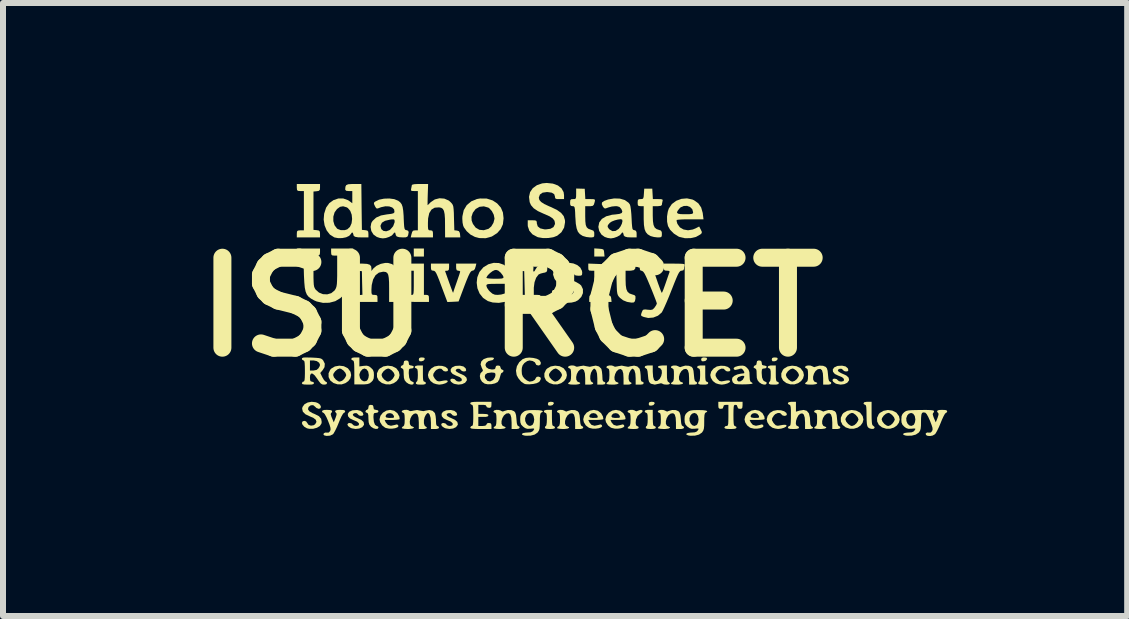
<source format=kicad_pcb>
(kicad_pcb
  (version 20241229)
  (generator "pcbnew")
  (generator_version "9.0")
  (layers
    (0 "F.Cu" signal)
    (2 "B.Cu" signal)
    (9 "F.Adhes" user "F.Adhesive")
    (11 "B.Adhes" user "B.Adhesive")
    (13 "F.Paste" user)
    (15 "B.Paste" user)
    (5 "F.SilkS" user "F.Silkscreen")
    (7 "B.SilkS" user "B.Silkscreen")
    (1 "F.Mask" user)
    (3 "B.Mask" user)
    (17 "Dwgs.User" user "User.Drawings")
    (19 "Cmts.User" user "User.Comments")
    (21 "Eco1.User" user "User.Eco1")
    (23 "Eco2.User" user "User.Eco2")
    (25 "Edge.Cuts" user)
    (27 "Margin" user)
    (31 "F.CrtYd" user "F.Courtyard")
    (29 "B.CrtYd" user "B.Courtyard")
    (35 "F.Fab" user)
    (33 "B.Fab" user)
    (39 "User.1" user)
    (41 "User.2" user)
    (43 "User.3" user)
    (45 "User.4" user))
  (footprint "ISU RCET"
    (layer "F.Cu")
    (at 5.479 2.068)
    (property "Reference" "ISU RCET" (at 0 0 0) (layer "F.SilkS") (effects (font (size 1.5 1.5) (thickness 0.3))))
    (attr board_only exclude_from_pos_files exclude_from_bom)
    (fp_poly (pts (xy -1.462 -0.908) (xy -1.462 -0.841) (xy -1.547 -0.841) (xy -1.631 -0.841) (xy -1.631 -0.908) (xy -1.631 -0.975) (xy -1.547 -0.975) (xy -1.462 -0.975)) (stroke (width 0) (type solid)) (fill yes) (layer "F.SilkS"))
    (fp_poly (pts (xy 1.458 -0.972) (xy 1.506 -0.967) (xy 1.531 -0.957) (xy 1.54 -0.934) (xy 1.543 -0.904) (xy 1.549 -0.841) (xy 1.463 -0.841) (xy 1.378 -0.841) (xy 1.378 -0.909) (xy 1.378 -0.977)) (stroke (width 0) (type solid)) (fill yes) (layer "F.SilkS"))
    (fp_poly (pts (xy -1.459 0.845) (xy -1.448 0.861) (xy -1.449 0.87) (xy -1.469 0.895) (xy -1.5 0.905) (xy -1.534 0.904) (xy -1.546 0.885) (xy -1.547 0.875) (xy -1.539 0.85) (xy -1.512 0.841) (xy -1.495 0.841)) (stroke (width 0) (type solid)) (fill yes) (layer "F.SilkS"))
    (fp_poly (pts (xy 0.693 1.585) (xy 0.704 1.601) (xy 0.703 1.61) (xy 0.683 1.635) (xy 0.651 1.644) (xy 0.617 1.643) (xy 0.606 1.625) (xy 0.605 1.615) (xy 0.612 1.59) (xy 0.64 1.581) (xy 0.657 1.58)) (stroke (width 0) (type solid)) (fill yes) (layer "F.SilkS"))
    (fp_poly (pts (xy 2.374 1.585) (xy 2.385 1.601) (xy 2.384 1.61) (xy 2.364 1.635) (xy 2.332 1.644) (xy 2.298 1.643) (xy 2.287 1.625) (xy 2.286 1.615) (xy 2.293 1.59) (xy 2.321 1.581) (xy 2.338 1.58)) (stroke (width 0) (type solid)) (fill yes) (layer "F.SilkS"))
    (fp_poly (pts (xy 3.248 0.845) (xy 3.259 0.861) (xy 3.258 0.87) (xy 3.238 0.895) (xy 3.206 0.905) (xy 3.172 0.904) (xy 3.161 0.885) (xy 3.16 0.875) (xy 3.168 0.85) (xy 3.195 0.841) (xy 3.212 0.841)) (stroke (width 0) (type solid)) (fill yes) (layer "F.SilkS"))
    (fp_poly (pts (xy 4.425 0.845) (xy 4.436 0.861) (xy 4.435 0.87) (xy 4.414 0.895) (xy 4.383 0.905) (xy 4.349 0.904) (xy 4.338 0.885) (xy 4.337 0.875) (xy 4.344 0.85) (xy 4.372 0.841) (xy 4.389 0.841)) (stroke (width 0) (type solid)) (fill yes) (layer "F.SilkS"))
    (fp_poly (pts (xy 1.408 -0.719) (xy 1.538 -0.714) (xy 1.543 -0.459) (xy 1.547 -0.204) (xy 1.602 -0.199) (xy 1.64 -0.19) (xy 1.656 -0.168) (xy 1.661 -0.139) (xy 1.666 -0.084) (xy 1.48 -0.084) (xy 1.294 -0.084) (xy 1.294 -0.143) (xy 1.298 -0.183) (xy 1.312 -0.199) (xy 1.336 -0.202) (xy 1.378 -0.202) (xy 1.378 -0.403) (xy 1.378 -0.605) (xy 1.328 -0.605) (xy 1.294 -0.608) (xy 1.28 -0.625) (xy 1.278 -0.665) (xy 1.278 -0.665) (xy 1.278 -0.724)) (stroke (width 0) (type solid)) (fill yes) (layer "F.SilkS"))
    (fp_poly (pts (xy -1.479 1.109) (xy -1.478 1.178) (xy -1.474 1.22) (xy -1.465 1.24) (xy -1.454 1.244) (xy -1.432 1.257) (xy -1.429 1.269) (xy -1.438 1.285) (xy -1.469 1.293) (xy -1.513 1.294) (xy -1.566 1.292) (xy -1.592 1.282) (xy -1.597 1.269) (xy -1.588 1.247) (xy -1.58 1.244) (xy -1.571 1.229) (xy -1.565 1.188) (xy -1.563 1.135) (xy -1.565 1.073) (xy -1.571 1.039) (xy -1.583 1.026) (xy -1.589 1.025) (xy -1.611 1.012) (xy -1.614 1) (xy -1.603 0.983) (xy -1.566 0.975) (xy -1.547 0.975) (xy -1.479 0.975)) (stroke (width 0) (type solid)) (fill yes) (layer "F.SilkS"))
    (fp_poly (pts (xy 0.672 1.849) (xy 0.674 1.918) (xy 0.678 1.96) (xy 0.686 1.979) (xy 0.698 1.984) (xy 0.72 1.997) (xy 0.723 2.009) (xy 0.714 2.025) (xy 0.683 2.032) (xy 0.639 2.034) (xy 0.586 2.031) (xy 0.56 2.022) (xy 0.555 2.009) (xy 0.564 1.986) (xy 0.572 1.984) (xy 0.58 1.968) (xy 0.586 1.927) (xy 0.588 1.874) (xy 0.587 1.813) (xy 0.581 1.779) (xy 0.569 1.766) (xy 0.563 1.765) (xy 0.541 1.752) (xy 0.538 1.74) (xy 0.549 1.722) (xy 0.586 1.715) (xy 0.605 1.715) (xy 0.672 1.715)) (stroke (width 0) (type solid)) (fill yes) (layer "F.SilkS"))
    (fp_poly (pts (xy 2.353 1.849) (xy 2.355 1.918) (xy 2.359 1.96) (xy 2.367 1.979) (xy 2.379 1.984) (xy 2.401 1.997) (xy 2.404 2.009) (xy 2.395 2.025) (xy 2.364 2.032) (xy 2.32 2.034) (xy 2.267 2.031) (xy 2.241 2.022) (xy 2.236 2.009) (xy 2.245 1.986) (xy 2.253 1.984) (xy 2.261 1.968) (xy 2.267 1.927) (xy 2.269 1.874) (xy 2.268 1.813) (xy 2.262 1.779) (xy 2.25 1.766) (xy 2.244 1.765) (xy 2.222 1.752) (xy 2.219 1.74) (xy 2.23 1.722) (xy 2.267 1.715) (xy 2.286 1.715) (xy 2.353 1.715)) (stroke (width 0) (type solid)) (fill yes) (layer "F.SilkS"))
    (fp_poly (pts (xy 3.228 1.109) (xy 3.229 1.178) (xy 3.233 1.22) (xy 3.242 1.24) (xy 3.253 1.244) (xy 3.275 1.257) (xy 3.278 1.269) (xy 3.269 1.285) (xy 3.238 1.293) (xy 3.194 1.294) (xy 3.141 1.292) (xy 3.115 1.282) (xy 3.11 1.269) (xy 3.119 1.247) (xy 3.127 1.244) (xy 3.135 1.229) (xy 3.141 1.188) (xy 3.143 1.135) (xy 3.142 1.073) (xy 3.136 1.039) (xy 3.124 1.026) (xy 3.118 1.025) (xy 3.096 1.012) (xy 3.093 1) (xy 3.104 0.983) (xy 3.141 0.975) (xy 3.16 0.975) (xy 3.228 0.975)) (stroke (width 0) (type solid)) (fill yes) (layer "F.SilkS"))
    (fp_poly (pts (xy 4.404 1.109) (xy 4.405 1.178) (xy 4.41 1.22) (xy 4.418 1.24) (xy 4.429 1.244) (xy 4.452 1.257) (xy 4.455 1.269) (xy 4.446 1.285) (xy 4.415 1.293) (xy 4.371 1.294) (xy 4.318 1.292) (xy 4.292 1.282) (xy 4.287 1.269) (xy 4.296 1.247) (xy 4.303 1.244) (xy 4.312 1.229) (xy 4.318 1.188) (xy 4.32 1.135) (xy 4.319 1.073) (xy 4.312 1.039) (xy 4.301 1.026) (xy 4.295 1.025) (xy 4.273 1.012) (xy 4.27 1) (xy 4.281 0.983) (xy 4.318 0.975) (xy 4.337 0.975) (xy 4.404 0.975)) (stroke (width 0) (type solid)) (fill yes) (layer "F.SilkS"))
    (fp_poly (pts (xy 6.001 1.774) (xy 6.002 1.861) (xy 6.005 1.919) (xy 6.01 1.955) (xy 6.019 1.973) (xy 6.026 1.978) (xy 6.049 1.999) (xy 6.052 2.011) (xy 6.038 2.029) (xy 6.007 2.033) (xy 5.97 2.025) (xy 5.944 2.008) (xy 5.931 1.987) (xy 5.923 1.952) (xy 5.919 1.896) (xy 5.917 1.813) (xy 5.917 1.806) (xy 5.916 1.726) (xy 5.913 1.673) (xy 5.908 1.644) (xy 5.898 1.632) (xy 5.892 1.631) (xy 5.87 1.617) (xy 5.867 1.605) (xy 5.878 1.588) (xy 5.915 1.581) (xy 5.934 1.58) (xy 6.001 1.58)) (stroke (width 0) (type solid)) (fill yes) (layer "F.SilkS"))
    (fp_poly (pts (xy -3.194 -1.993) (xy -3.197 -1.954) (xy -3.214 -1.936) (xy -3.249 -1.93) (xy -3.303 -1.925) (xy -3.303 -1.605) (xy -3.303 -1.286) (xy -3.249 -1.281) (xy -3.211 -1.274) (xy -3.197 -1.255) (xy -3.194 -1.218) (xy -3.194 -1.16) (xy -3.387 -1.16) (xy -3.581 -1.16) (xy -3.581 -1.219) (xy -3.578 -1.258) (xy -3.563 -1.274) (xy -3.526 -1.278) (xy -3.522 -1.278) (xy -3.463 -1.278) (xy -3.463 -1.605) (xy -3.463 -1.933) (xy -3.522 -1.933) (xy -3.561 -1.936) (xy -3.577 -1.95) (xy -3.581 -1.988) (xy -3.581 -1.992) (xy -3.581 -2.051) (xy -3.387 -2.051) (xy -3.194 -2.051)) (stroke (width 0) (type solid)) (fill yes) (layer "F.SilkS"))
    (fp_poly (pts (xy -1.462 -0.462) (xy -1.462 -0.202) (xy -1.42 -0.202) (xy -1.392 -0.197) (xy -1.38 -0.178) (xy -1.378 -0.143) (xy -1.378 -0.084) (xy -1.548 -0.084) (xy -1.626 -0.085) (xy -1.675 -0.087) (xy -1.701 -0.092) (xy -1.71 -0.101) (xy -1.708 -0.111) (xy -1.699 -0.151) (xy -1.698 -0.169) (xy -1.685 -0.197) (xy -1.664 -0.202) (xy -1.65 -0.204) (xy -1.64 -0.213) (xy -1.635 -0.236) (xy -1.632 -0.278) (xy -1.631 -0.344) (xy -1.631 -0.403) (xy -1.631 -0.605) (xy -1.673 -0.605) (xy -1.701 -0.61) (xy -1.713 -0.629) (xy -1.715 -0.664) (xy -1.715 -0.723) (xy -1.589 -0.723) (xy -1.462 -0.723)) (stroke (width 0) (type solid)) (fill yes) (layer "F.SilkS"))
    (fp_poly (pts (xy -2.797 0.987) (xy -2.734 1.019) (xy -2.726 1.026) (xy -2.686 1.08) (xy -2.675 1.136) (xy -2.688 1.189) (xy -2.722 1.235) (xy -2.772 1.27) (xy -2.833 1.29) (xy -2.902 1.289) (xy -2.97 1.267) (xy -3.023 1.225) (xy -3.051 1.168) (xy -3.051 1.135) (xy -2.975 1.135) (xy -2.962 1.172) (xy -2.93 1.21) (xy -2.89 1.238) (xy -2.866 1.244) (xy -2.826 1.23) (xy -2.792 1.2) (xy -2.768 1.163) (xy -2.757 1.136) (xy -2.757 1.135) (xy -2.77 1.098) (xy -2.803 1.059) (xy -2.842 1.032) (xy -2.866 1.025) (xy -2.903 1.039) (xy -2.941 1.071) (xy -2.969 1.11) (xy -2.975 1.135) (xy -3.051 1.135) (xy -3.052 1.106) (xy -3.025 1.047) (xy -3.007 1.027) (xy -2.946 0.991) (xy -2.872 0.978)) (stroke (width 0) (type solid)) (fill yes) (layer "F.SilkS"))
    (fp_poly (pts (xy -1.991 0.987) (xy -1.927 1.019) (xy -1.919 1.026) (xy -1.879 1.08) (xy -1.868 1.136) (xy -1.881 1.189) (xy -1.915 1.235) (xy -1.965 1.27) (xy -2.026 1.29) (xy -2.095 1.289) (xy -2.163 1.267) (xy -2.216 1.225) (xy -2.244 1.168) (xy -2.244 1.135) (xy -2.168 1.135) (xy -2.155 1.172) (xy -2.123 1.21) (xy -2.083 1.238) (xy -2.059 1.244) (xy -2.02 1.23) (xy -1.985 1.2) (xy -1.961 1.163) (xy -1.95 1.136) (xy -1.95 1.135) (xy -1.963 1.098) (xy -1.996 1.059) (xy -2.035 1.032) (xy -2.059 1.025) (xy -2.096 1.039) (xy -2.135 1.071) (xy -2.162 1.11) (xy -2.168 1.135) (xy -2.244 1.135) (xy -2.245 1.106) (xy -2.218 1.047) (xy -2.2 1.027) (xy -2.139 0.991) (xy -2.065 0.978)) (stroke (width 0) (type solid)) (fill yes) (layer "F.SilkS"))
    (fp_poly (pts (xy -1.157 0.982) (xy -1.104 0.998) (xy -1.069 1.025) (xy -1.059 1.053) (xy -1.072 1.07) (xy -1.101 1.075) (xy -1.132 1.068) (xy -1.149 1.051) (xy -1.173 1.029) (xy -1.21 1.028) (xy -1.251 1.046) (xy -1.276 1.07) (xy -1.304 1.113) (xy -1.307 1.148) (xy -1.284 1.189) (xy -1.275 1.201) (xy -1.244 1.232) (xy -1.211 1.24) (xy -1.187 1.237) (xy -1.124 1.225) (xy -1.087 1.223) (xy -1.069 1.23) (xy -1.064 1.238) (xy -1.074 1.255) (xy -1.106 1.273) (xy -1.152 1.287) (xy -1.201 1.294) (xy -1.209 1.294) (xy -1.256 1.286) (xy -1.303 1.271) (xy -1.351 1.234) (xy -1.385 1.18) (xy -1.395 1.133) (xy -1.38 1.076) (xy -1.341 1.026) (xy -1.287 0.992) (xy -1.284 0.991) (xy -1.22 0.979)) (stroke (width 0) (type solid)) (fill yes) (layer "F.SilkS"))
    (fp_poly (pts (xy 0.8 0.987) (xy 0.863 1.019) (xy 0.871 1.026) (xy 0.911 1.08) (xy 0.922 1.136) (xy 0.909 1.189) (xy 0.875 1.235) (xy 0.826 1.27) (xy 0.764 1.29) (xy 0.695 1.289) (xy 0.628 1.267) (xy 0.574 1.225) (xy 0.547 1.168) (xy 0.546 1.135) (xy 0.622 1.135) (xy 0.635 1.172) (xy 0.668 1.21) (xy 0.707 1.238) (xy 0.731 1.244) (xy 0.771 1.23) (xy 0.806 1.2) (xy 0.83 1.163) (xy 0.84 1.136) (xy 0.841 1.135) (xy 0.827 1.098) (xy 0.795 1.059) (xy 0.755 1.032) (xy 0.731 1.025) (xy 0.694 1.039) (xy 0.656 1.071) (xy 0.628 1.11) (xy 0.622 1.135) (xy 0.546 1.135) (xy 0.546 1.106) (xy 0.573 1.047) (xy 0.591 1.027) (xy 0.652 0.991) (xy 0.725 0.978)) (stroke (width 0) (type solid)) (fill yes) (layer "F.SilkS"))
    (fp_poly (pts (xy 2.182 1.724) (xy 2.182 1.745) (xy 2.16 1.769) (xy 2.143 1.779) (xy 2.099 1.817) (xy 2.073 1.878) (xy 2.068 1.934) (xy 2.075 1.973) (xy 2.093 1.984) (xy 2.115 1.997) (xy 2.118 2.009) (xy 2.11 2.024) (xy 2.081 2.032) (xy 2.026 2.034) (xy 1.974 2.031) (xy 1.94 2.024) (xy 1.933 2.017) (xy 1.947 1.996) (xy 1.958 1.99) (xy 1.973 1.974) (xy 1.981 1.937) (xy 1.984 1.873) (xy 1.984 1.873) (xy 1.982 1.812) (xy 1.976 1.778) (xy 1.964 1.766) (xy 1.958 1.765) (xy 1.936 1.752) (xy 1.933 1.74) (xy 1.947 1.724) (xy 1.981 1.715) (xy 2.02 1.715) (xy 2.051 1.724) (xy 2.059 1.731) (xy 2.082 1.739) (xy 2.101 1.731) (xy 2.14 1.717) (xy 2.159 1.715)) (stroke (width 0) (type solid)) (fill yes) (layer "F.SilkS"))
    (fp_poly (pts (xy 3.55 0.982) (xy 3.603 0.998) (xy 3.638 1.025) (xy 3.648 1.053) (xy 3.635 1.07) (xy 3.605 1.075) (xy 3.575 1.068) (xy 3.558 1.051) (xy 3.534 1.029) (xy 3.497 1.028) (xy 3.456 1.046) (xy 3.43 1.07) (xy 3.402 1.113) (xy 3.4 1.148) (xy 3.422 1.189) (xy 3.432 1.201) (xy 3.463 1.232) (xy 3.496 1.24) (xy 3.52 1.237) (xy 3.583 1.225) (xy 3.62 1.223) (xy 3.638 1.23) (xy 3.643 1.238) (xy 3.633 1.255) (xy 3.601 1.273) (xy 3.555 1.287) (xy 3.506 1.294) (xy 3.498 1.294) (xy 3.451 1.286) (xy 3.404 1.271) (xy 3.355 1.234) (xy 3.322 1.18) (xy 3.312 1.133) (xy 3.327 1.076) (xy 3.366 1.026) (xy 3.42 0.992) (xy 3.422 0.991) (xy 3.487 0.979)) (stroke (width 0) (type solid)) (fill yes) (layer "F.SilkS"))
    (fp_poly (pts (xy 4.491 1.722) (xy 4.544 1.738) (xy 4.58 1.765) (xy 4.589 1.792) (xy 4.576 1.81) (xy 4.547 1.815) (xy 4.516 1.807) (xy 4.499 1.79) (xy 4.476 1.768) (xy 4.438 1.767) (xy 4.397 1.785) (xy 4.372 1.809) (xy 4.344 1.853) (xy 4.341 1.888) (xy 4.364 1.929) (xy 4.373 1.941) (xy 4.404 1.972) (xy 4.437 1.98) (xy 4.461 1.976) (xy 4.524 1.965) (xy 4.561 1.963) (xy 4.579 1.97) (xy 4.584 1.977) (xy 4.575 1.995) (xy 4.542 2.013) (xy 4.496 2.027) (xy 4.448 2.033) (xy 4.44 2.033) (xy 4.392 2.026) (xy 4.345 2.011) (xy 4.297 1.974) (xy 4.263 1.92) (xy 4.253 1.873) (xy 4.268 1.816) (xy 4.307 1.765) (xy 4.361 1.732) (xy 4.364 1.731) (xy 4.428 1.719)) (stroke (width 0) (type solid)) (fill yes) (layer "F.SilkS"))
    (fp_poly (pts (xy 4.75 0.987) (xy 4.814 1.019) (xy 4.821 1.026) (xy 4.861 1.08) (xy 4.873 1.136) (xy 4.859 1.189) (xy 4.826 1.235) (xy 4.776 1.27) (xy 4.715 1.29) (xy 4.646 1.289) (xy 4.578 1.267) (xy 4.525 1.225) (xy 4.497 1.168) (xy 4.496 1.135) (xy 4.572 1.135) (xy 4.586 1.172) (xy 4.618 1.21) (xy 4.657 1.238) (xy 4.682 1.244) (xy 4.721 1.23) (xy 4.756 1.2) (xy 4.78 1.163) (xy 4.791 1.136) (xy 4.791 1.135) (xy 4.777 1.098) (xy 4.745 1.059) (xy 4.706 1.032) (xy 4.682 1.025) (xy 4.645 1.039) (xy 4.606 1.071) (xy 4.579 1.11) (xy 4.572 1.135) (xy 4.496 1.135) (xy 4.496 1.106) (xy 4.523 1.047) (xy 4.541 1.027) (xy 4.602 0.991) (xy 4.676 0.978)) (stroke (width 0) (type solid)) (fill yes) (layer "F.SilkS"))
    (fp_poly (pts (xy 5.742 1.727) (xy 5.805 1.759) (xy 5.813 1.766) (xy 5.853 1.82) (xy 5.865 1.876) (xy 5.851 1.929) (xy 5.818 1.975) (xy 5.768 2.01) (xy 5.706 2.029) (xy 5.637 2.029) (xy 5.57 2.007) (xy 5.517 1.965) (xy 5.489 1.908) (xy 5.488 1.874) (xy 5.564 1.874) (xy 5.578 1.911) (xy 5.61 1.95) (xy 5.649 1.977) (xy 5.673 1.984) (xy 5.713 1.97) (xy 5.748 1.939) (xy 5.772 1.903) (xy 5.783 1.875) (xy 5.783 1.874) (xy 5.769 1.837) (xy 5.737 1.799) (xy 5.698 1.771) (xy 5.673 1.765) (xy 5.636 1.779) (xy 5.598 1.811) (xy 5.571 1.85) (xy 5.564 1.874) (xy 5.488 1.874) (xy 5.488 1.846) (xy 5.515 1.787) (xy 5.533 1.766) (xy 5.594 1.731) (xy 5.668 1.717)) (stroke (width 0) (type solid)) (fill yes) (layer "F.SilkS"))
    (fp_poly (pts (xy 6.347 1.727) (xy 6.411 1.759) (xy 6.418 1.766) (xy 6.458 1.82) (xy 6.47 1.876) (xy 6.456 1.929) (xy 6.423 1.975) (xy 6.373 2.01) (xy 6.312 2.029) (xy 6.243 2.029) (xy 6.175 2.007) (xy 6.122 1.965) (xy 6.094 1.908) (xy 6.093 1.874) (xy 6.169 1.874) (xy 6.183 1.911) (xy 6.215 1.95) (xy 6.254 1.977) (xy 6.279 1.984) (xy 6.318 1.97) (xy 6.353 1.939) (xy 6.377 1.903) (xy 6.388 1.875) (xy 6.388 1.874) (xy 6.374 1.837) (xy 6.342 1.799) (xy 6.303 1.771) (xy 6.279 1.765) (xy 6.241 1.779) (xy 6.203 1.811) (xy 6.176 1.85) (xy 6.169 1.874) (xy 6.093 1.874) (xy 6.093 1.846) (xy 6.12 1.787) (xy 6.138 1.766) (xy 6.199 1.731) (xy 6.273 1.717)) (stroke (width 0) (type solid)) (fill yes) (layer "F.SilkS"))
    (fp_poly (pts (xy -2.313 1.638) (xy -2.303 1.665) (xy -2.303 1.673) (xy -2.296 1.705) (xy -2.269 1.714) (xy -2.261 1.715) (xy -2.227 1.723) (xy -2.219 1.74) (xy -2.234 1.76) (xy -2.261 1.765) (xy -2.287 1.768) (xy -2.299 1.783) (xy -2.303 1.82) (xy -2.303 1.842) (xy -2.296 1.914) (xy -2.278 1.962) (xy -2.25 1.983) (xy -2.244 1.984) (xy -2.222 1.997) (xy -2.219 2.009) (xy -2.232 2.029) (xy -2.263 2.033) (xy -2.303 2.022) (xy -2.342 1.997) (xy -2.346 1.993) (xy -2.371 1.961) (xy -2.383 1.922) (xy -2.387 1.864) (xy -2.387 1.858) (xy -2.389 1.802) (xy -2.397 1.773) (xy -2.412 1.765) (xy -2.435 1.752) (xy -2.437 1.74) (xy -2.424 1.718) (xy -2.412 1.715) (xy -2.392 1.7) (xy -2.387 1.673) (xy -2.38 1.641) (xy -2.353 1.631) (xy -2.345 1.631)) (stroke (width 0) (type solid)) (fill yes) (layer "F.SilkS"))
    (fp_poly (pts (xy -1.725 0.898) (xy -1.715 0.925) (xy -1.715 0.933) (xy -1.708 0.965) (xy -1.68 0.975) (xy -1.673 0.975) (xy -1.639 0.984) (xy -1.631 1) (xy -1.645 1.02) (xy -1.673 1.025) (xy -1.698 1.028) (xy -1.711 1.044) (xy -1.714 1.08) (xy -1.715 1.102) (xy -1.708 1.174) (xy -1.69 1.222) (xy -1.661 1.243) (xy -1.655 1.244) (xy -1.633 1.257) (xy -1.631 1.269) (xy -1.643 1.29) (xy -1.674 1.294) (xy -1.714 1.283) (xy -1.753 1.257) (xy -1.757 1.253) (xy -1.783 1.221) (xy -1.795 1.182) (xy -1.799 1.124) (xy -1.799 1.119) (xy -1.801 1.063) (xy -1.809 1.034) (xy -1.824 1.025) (xy -1.846 1.012) (xy -1.849 1) (xy -1.836 0.978) (xy -1.824 0.975) (xy -1.804 0.96) (xy -1.799 0.933) (xy -1.792 0.901) (xy -1.764 0.891) (xy -1.757 0.891)) (stroke (width 0) (type solid)) (fill yes) (layer "F.SilkS"))
    (fp_poly (pts (xy 4.159 0.898) (xy 4.169 0.925) (xy 4.169 0.933) (xy 4.176 0.965) (xy 4.203 0.975) (xy 4.211 0.975) (xy 4.245 0.984) (xy 4.253 1) (xy 4.238 1.02) (xy 4.211 1.025) (xy 4.185 1.028) (xy 4.173 1.044) (xy 4.169 1.08) (xy 4.169 1.102) (xy 4.175 1.174) (xy 4.194 1.222) (xy 4.222 1.243) (xy 4.228 1.244) (xy 4.25 1.257) (xy 4.253 1.269) (xy 4.24 1.29) (xy 4.209 1.294) (xy 4.169 1.283) (xy 4.13 1.257) (xy 4.126 1.253) (xy 4.101 1.221) (xy 4.088 1.182) (xy 4.085 1.124) (xy 4.085 1.119) (xy 4.083 1.063) (xy 4.075 1.034) (xy 4.06 1.025) (xy 4.037 1.012) (xy 4.034 1) (xy 4.048 0.978) (xy 4.06 0.975) (xy 4.08 0.96) (xy 4.085 0.933) (xy 4.092 0.901) (xy 4.119 0.891) (xy 4.127 0.891)) (stroke (width 0) (type solid)) (fill yes) (layer "F.SilkS"))
    (fp_poly (pts (xy -2.518 1.731) (xy -2.481 1.761) (xy -2.471 1.794) (xy -2.484 1.811) (xy -2.513 1.815) (xy -2.544 1.807) (xy -2.562 1.789) (xy -2.582 1.771) (xy -2.614 1.769) (xy -2.64 1.781) (xy -2.648 1.798) (xy -2.633 1.819) (xy -2.596 1.841) (xy -2.576 1.849) (xy -2.506 1.882) (xy -2.468 1.916) (xy -2.46 1.955) (xy -2.462 1.966) (xy -2.49 2.003) (xy -2.54 2.026) (xy -2.601 2.033) (xy -2.664 2.023) (xy -2.689 2.012) (xy -2.725 1.986) (xy -2.738 1.959) (xy -2.726 1.939) (xy -2.701 1.933) (xy -2.666 1.942) (xy -2.65 1.958) (xy -2.628 1.977) (xy -2.591 1.983) (xy -2.557 1.976) (xy -2.546 1.966) (xy -2.546 1.938) (xy -2.576 1.911) (xy -2.633 1.887) (xy -2.639 1.885) (xy -2.696 1.857) (xy -2.727 1.821) (xy -2.731 1.782) (xy -2.708 1.747) (xy -2.658 1.724) (xy -2.647 1.722) (xy -2.575 1.717)) (stroke (width 0) (type solid)) (fill yes) (layer "F.SilkS"))
    (fp_poly (pts (xy -1.958 1.729) (xy -1.905 1.769) (xy -1.872 1.826) (xy -1.866 1.868) (xy -1.881 1.875) (xy -1.922 1.88) (xy -1.98 1.883) (xy -1.992 1.883) (xy -2.117 1.883) (xy -2.098 1.925) (xy -2.063 1.965) (xy -2.012 1.98) (xy -1.955 1.968) (xy -1.914 1.957) (xy -1.894 1.966) (xy -1.886 1.988) (xy -1.904 2.007) (xy -1.942 2.021) (xy -1.991 2.028) (xy -2.044 2.028) (xy -2.095 2.017) (xy -2.11 2.011) (xy -2.158 1.974) (xy -2.192 1.92) (xy -2.202 1.873) (xy -2.19 1.826) (xy -2.101 1.826) (xy -2.088 1.842) (xy -2.048 1.849) (xy -2.026 1.849) (xy -1.98 1.848) (xy -1.961 1.841) (xy -1.961 1.824) (xy -1.965 1.811) (xy -1.99 1.78) (xy -2.027 1.769) (xy -2.066 1.775) (xy -2.094 1.799) (xy -2.101 1.826) (xy -2.19 1.826) (xy -2.187 1.814) (xy -2.146 1.762) (xy -2.088 1.727) (xy -2.026 1.715)) (stroke (width 0) (type solid)) (fill yes) (layer "F.SilkS"))
    (fp_poly (pts (xy -0.955 1.731) (xy -0.918 1.761) (xy -0.908 1.794) (xy -0.921 1.811) (xy -0.95 1.815) (xy -0.981 1.807) (xy -0.998 1.789) (xy -1.019 1.771) (xy -1.05 1.769) (xy -1.077 1.781) (xy -1.084 1.798) (xy -1.07 1.819) (xy -1.033 1.841) (xy -1.013 1.849) (xy -0.943 1.882) (xy -0.905 1.916) (xy -0.896 1.955) (xy -0.899 1.966) (xy -0.927 2.003) (xy -0.976 2.026) (xy -1.037 2.033) (xy -1.101 2.023) (xy -1.126 2.012) (xy -1.162 1.986) (xy -1.174 1.959) (xy -1.163 1.939) (xy -1.138 1.933) (xy -1.102 1.942) (xy -1.087 1.958) (xy -1.064 1.977) (xy -1.027 1.983) (xy -0.994 1.976) (xy -0.983 1.966) (xy -0.983 1.938) (xy -1.013 1.911) (xy -1.069 1.887) (xy -1.075 1.885) (xy -1.133 1.857) (xy -1.164 1.821) (xy -1.168 1.782) (xy -1.145 1.747) (xy -1.094 1.724) (xy -1.084 1.722) (xy -1.012 1.717)) (stroke (width 0) (type solid)) (fill yes) (layer "F.SilkS"))
    (fp_poly (pts (xy -0.803 0.991) (xy -0.767 1.021) (xy -0.757 1.055) (xy -0.769 1.071) (xy -0.798 1.075) (xy -0.829 1.067) (xy -0.847 1.049) (xy -0.868 1.031) (xy -0.899 1.029) (xy -0.926 1.042) (xy -0.933 1.059) (xy -0.918 1.079) (xy -0.881 1.101) (xy -0.861 1.11) (xy -0.791 1.142) (xy -0.753 1.177) (xy -0.745 1.215) (xy -0.748 1.226) (xy -0.776 1.263) (xy -0.825 1.286) (xy -0.886 1.294) (xy -0.949 1.283) (xy -0.975 1.273) (xy -1.01 1.246) (xy -1.023 1.219) (xy -1.012 1.199) (xy -0.986 1.194) (xy -0.951 1.203) (xy -0.935 1.219) (xy -0.913 1.237) (xy -0.876 1.244) (xy -0.842 1.236) (xy -0.832 1.226) (xy -0.831 1.199) (xy -0.861 1.171) (xy -0.918 1.147) (xy -0.924 1.145) (xy -0.982 1.117) (xy -1.013 1.081) (xy -1.017 1.042) (xy -0.994 1.008) (xy -0.943 0.984) (xy -0.933 0.982) (xy -0.861 0.978)) (stroke (width 0) (type solid)) (fill yes) (layer "F.SilkS"))
    (fp_poly (pts (xy 1.437 1.729) (xy 1.491 1.769) (xy 1.523 1.826) (xy 1.53 1.868) (xy 1.514 1.875) (xy 1.473 1.88) (xy 1.415 1.883) (xy 1.404 1.883) (xy 1.278 1.883) (xy 1.298 1.925) (xy 1.332 1.965) (xy 1.383 1.98) (xy 1.441 1.968) (xy 1.482 1.957) (xy 1.502 1.966) (xy 1.51 1.988) (xy 1.491 2.007) (xy 1.454 2.021) (xy 1.405 2.028) (xy 1.351 2.028) (xy 1.301 2.017) (xy 1.286 2.011) (xy 1.237 1.974) (xy 1.204 1.92) (xy 1.194 1.873) (xy 1.206 1.826) (xy 1.294 1.826) (xy 1.307 1.842) (xy 1.348 1.849) (xy 1.369 1.849) (xy 1.415 1.848) (xy 1.435 1.841) (xy 1.435 1.824) (xy 1.431 1.811) (xy 1.406 1.78) (xy 1.368 1.769) (xy 1.33 1.775) (xy 1.302 1.799) (xy 1.294 1.826) (xy 1.206 1.826) (xy 1.209 1.814) (xy 1.25 1.762) (xy 1.307 1.727) (xy 1.37 1.715)) (stroke (width 0) (type solid)) (fill yes) (layer "F.SilkS"))
    (fp_poly (pts (xy 1.807 1.729) (xy 1.861 1.769) (xy 1.893 1.826) (xy 1.9 1.868) (xy 1.884 1.875) (xy 1.843 1.88) (xy 1.785 1.883) (xy 1.774 1.883) (xy 1.648 1.883) (xy 1.667 1.925) (xy 1.702 1.965) (xy 1.753 1.98) (xy 1.811 1.968) (xy 1.852 1.957) (xy 1.872 1.966) (xy 1.88 1.988) (xy 1.861 2.007) (xy 1.824 2.021) (xy 1.775 2.028) (xy 1.721 2.028) (xy 1.671 2.017) (xy 1.655 2.011) (xy 1.607 1.974) (xy 1.573 1.92) (xy 1.563 1.873) (xy 1.576 1.826) (xy 1.664 1.826) (xy 1.677 1.842) (xy 1.718 1.849) (xy 1.739 1.849) (xy 1.785 1.848) (xy 1.804 1.841) (xy 1.805 1.824) (xy 1.801 1.811) (xy 1.775 1.78) (xy 1.738 1.769) (xy 1.699 1.775) (xy 1.671 1.799) (xy 1.664 1.826) (xy 1.576 1.826) (xy 1.579 1.814) (xy 1.619 1.762) (xy 1.677 1.727) (xy 1.74 1.715)) (stroke (width 0) (type solid)) (fill yes) (layer "F.SilkS"))
    (fp_poly (pts (xy 4.127 1.729) (xy 4.181 1.769) (xy 4.213 1.826) (xy 4.219 1.868) (xy 4.204 1.875) (xy 4.163 1.88) (xy 4.105 1.883) (xy 4.094 1.883) (xy 3.968 1.883) (xy 3.987 1.925) (xy 4.022 1.965) (xy 4.073 1.98) (xy 4.131 1.968) (xy 4.172 1.957) (xy 4.192 1.966) (xy 4.199 1.988) (xy 4.181 2.007) (xy 4.143 2.021) (xy 4.094 2.028) (xy 4.041 2.028) (xy 3.991 2.017) (xy 3.975 2.011) (xy 3.927 1.974) (xy 3.893 1.92) (xy 3.883 1.873) (xy 3.895 1.826) (xy 3.984 1.826) (xy 3.997 1.842) (xy 4.038 1.849) (xy 4.059 1.849) (xy 4.105 1.848) (xy 4.124 1.841) (xy 4.125 1.824) (xy 4.12 1.811) (xy 4.095 1.78) (xy 4.058 1.769) (xy 4.019 1.775) (xy 3.991 1.799) (xy 3.984 1.826) (xy 3.895 1.826) (xy 3.899 1.814) (xy 3.939 1.762) (xy 3.997 1.727) (xy 4.06 1.715)) (stroke (width 0) (type solid)) (fill yes) (layer "F.SilkS"))
    (fp_poly (pts (xy 5.568 0.991) (xy 5.604 1.021) (xy 5.614 1.055) (xy 5.602 1.071) (xy 5.573 1.075) (xy 5.542 1.067) (xy 5.524 1.049) (xy 5.503 1.031) (xy 5.472 1.029) (xy 5.445 1.042) (xy 5.438 1.059) (xy 5.453 1.079) (xy 5.49 1.101) (xy 5.51 1.11) (xy 5.58 1.142) (xy 5.618 1.177) (xy 5.626 1.215) (xy 5.623 1.226) (xy 5.595 1.263) (xy 5.546 1.286) (xy 5.485 1.294) (xy 5.422 1.283) (xy 5.396 1.273) (xy 5.361 1.246) (xy 5.348 1.219) (xy 5.359 1.199) (xy 5.385 1.194) (xy 5.42 1.203) (xy 5.436 1.219) (xy 5.458 1.237) (xy 5.495 1.244) (xy 5.529 1.236) (xy 5.539 1.226) (xy 5.54 1.199) (xy 5.51 1.171) (xy 5.453 1.147) (xy 5.447 1.145) (xy 5.389 1.117) (xy 5.358 1.081) (xy 5.354 1.042) (xy 5.377 1.008) (xy 5.428 0.984) (xy 5.438 0.982) (xy 5.51 0.978)) (stroke (width 0) (type solid)) (fill yes) (layer "F.SilkS"))
    (fp_poly (pts (xy -2.538 0.916) (xy -2.538 0.991) (xy -2.466 0.981) (xy -2.414 0.978) (xy -2.377 0.989) (xy -2.344 1.014) (xy -2.312 1.047) (xy -2.298 1.085) (xy -2.295 1.135) (xy -2.299 1.19) (xy -2.315 1.226) (xy -2.34 1.252) (xy -2.37 1.274) (xy -2.405 1.285) (xy -2.456 1.29) (xy -2.504 1.29) (xy -2.622 1.29) (xy -2.622 1.135) (xy -2.538 1.135) (xy -2.527 1.185) (xy -2.499 1.222) (xy -2.461 1.24) (xy -2.423 1.234) (xy -2.403 1.217) (xy -2.387 1.182) (xy -2.38 1.135) (xy -2.38 1.135) (xy -2.391 1.076) (xy -2.419 1.038) (xy -2.455 1.025) (xy -2.49 1.04) (xy -2.52 1.076) (xy -2.537 1.12) (xy -2.538 1.135) (xy -2.622 1.135) (xy -2.622 1.09) (xy -2.623 1.004) (xy -2.625 0.946) (xy -2.63 0.911) (xy -2.638 0.895) (xy -2.648 0.891) (xy -2.67 0.877) (xy -2.673 0.866) (xy -2.662 0.848) (xy -2.625 0.841) (xy -2.606 0.841) (xy -2.538 0.841)) (stroke (width 0) (type solid)) (fill yes) (layer "F.SilkS"))
    (fp_poly (pts (xy 2.353 1.081) (xy 2.359 1.164) (xy 2.374 1.216) (xy 2.401 1.236) (xy 2.435 1.228) (xy 2.47 1.197) (xy 2.494 1.151) (xy 2.505 1.101) (xy 2.502 1.056) (xy 2.483 1.026) (xy 2.471 1.021) (xy 2.441 1.007) (xy 2.44 0.992) (xy 2.465 0.98) (xy 2.512 0.975) (xy 2.513 0.975) (xy 2.589 0.975) (xy 2.589 1.108) (xy 2.59 1.179) (xy 2.596 1.222) (xy 2.606 1.245) (xy 2.614 1.25) (xy 2.636 1.268) (xy 2.639 1.277) (xy 2.625 1.289) (xy 2.591 1.294) (xy 2.552 1.292) (xy 2.522 1.285) (xy 2.514 1.278) (xy 2.49 1.271) (xy 2.461 1.278) (xy 2.387 1.294) (xy 2.326 1.28) (xy 2.311 1.271) (xy 2.292 1.248) (xy 2.28 1.206) (xy 2.273 1.139) (xy 2.273 1.137) (xy 2.266 1.072) (xy 2.256 1.036) (xy 2.242 1.025) (xy 2.222 1.012) (xy 2.219 1) (xy 2.23 0.983) (xy 2.267 0.975) (xy 2.286 0.975) (xy 2.353 0.975)) (stroke (width 0) (type solid)) (fill yes) (layer "F.SilkS"))
    (fp_poly (pts (xy -3.264 1.588) (xy -3.228 1.602) (xy -3.194 1.629) (xy -3.179 1.66) (xy -3.185 1.686) (xy -3.212 1.698) (xy -3.214 1.698) (xy -3.253 1.684) (xy -3.275 1.663) (xy -3.307 1.637) (xy -3.347 1.638) (xy -3.382 1.664) (xy -3.385 1.668) (xy -3.395 1.704) (xy -3.374 1.737) (xy -3.322 1.768) (xy -3.281 1.785) (xy -3.212 1.82) (xy -3.175 1.864) (xy -3.166 1.918) (xy -3.171 1.945) (xy -3.197 1.984) (xy -3.245 2.013) (xy -3.307 2.03) (xy -3.372 2.031) (xy -3.412 2.022) (xy -3.458 1.995) (xy -3.489 1.957) (xy -3.496 1.931) (xy -3.484 1.906) (xy -3.456 1.898) (xy -3.426 1.907) (xy -3.408 1.932) (xy -3.385 1.965) (xy -3.345 1.978) (xy -3.3 1.971) (xy -3.275 1.954) (xy -3.253 1.916) (xy -3.264 1.88) (xy -3.307 1.847) (xy -3.362 1.824) (xy -3.436 1.789) (xy -3.48 1.746) (xy -3.492 1.695) (xy -3.486 1.667) (xy -3.454 1.622) (xy -3.4 1.592) (xy -3.334 1.58)) (stroke (width 0) (type solid)) (fill yes) (layer "F.SilkS"))
    (fp_poly (pts (xy -0.416 -1.808) (xy -0.315 -1.776) (xy -0.241 -1.727) (xy -0.179 -1.657) (xy -0.145 -1.576) (xy -0.134 -1.479) (xy -0.145 -1.38) (xy -0.181 -1.3) (xy -0.241 -1.232) (xy -0.33 -1.175) (xy -0.431 -1.147) (xy -0.539 -1.149) (xy -0.611 -1.168) (xy -0.684 -1.206) (xy -0.749 -1.264) (xy -0.796 -1.329) (xy -0.808 -1.358) (xy -0.818 -1.408) (xy -0.822 -1.473) (xy -0.821 -1.503) (xy -0.669 -1.503) (xy -0.666 -1.44) (xy -0.645 -1.385) (xy -0.599 -1.323) (xy -0.537 -1.287) (xy -0.464 -1.28) (xy -0.387 -1.303) (xy -0.384 -1.304) (xy -0.339 -1.343) (xy -0.303 -1.403) (xy -0.286 -1.468) (xy -0.286 -1.48) (xy -0.298 -1.539) (xy -0.329 -1.599) (xy -0.371 -1.645) (xy -0.388 -1.657) (xy -0.463 -1.678) (xy -0.536 -1.67) (xy -0.6 -1.633) (xy -0.646 -1.572) (xy -0.647 -1.57) (xy -0.669 -1.503) (xy -0.821 -1.503) (xy -0.82 -1.514) (xy -0.798 -1.614) (xy -0.748 -1.698) (xy -0.673 -1.761) (xy -0.579 -1.8) (xy -0.527 -1.809)) (stroke (width 0) (type solid)) (fill yes) (layer "F.SilkS"))
    (fp_poly (pts (xy 0.577 -0.721) (xy 0.592 -0.708) (xy 0.595 -0.676) (xy 0.595 -0.651) (xy 0.592 -0.606) (xy 0.58 -0.584) (xy 0.551 -0.573) (xy 0.533 -0.57) (xy 0.485 -0.558) (xy 0.45 -0.542) (xy 0.448 -0.54) (xy 0.409 -0.488) (xy 0.382 -0.413) (xy 0.37 -0.322) (xy 0.37 -0.304) (xy 0.37 -0.202) (xy 0.429 -0.202) (xy 0.468 -0.199) (xy 0.484 -0.184) (xy 0.487 -0.147) (xy 0.487 -0.143) (xy 0.487 -0.084) (xy 0.303 -0.084) (xy 0.118 -0.084) (xy 0.118 -0.143) (xy 0.12 -0.182) (xy 0.135 -0.199) (xy 0.169 -0.202) (xy 0.22 -0.202) (xy 0.215 -0.399) (xy 0.21 -0.597) (xy 0.164 -0.602) (xy 0.132 -0.61) (xy 0.12 -0.632) (xy 0.118 -0.665) (xy 0.118 -0.723) (xy 0.217 -0.723) (xy 0.296 -0.716) (xy 0.345 -0.695) (xy 0.365 -0.66) (xy 0.362 -0.628) (xy 0.361 -0.596) (xy 0.374 -0.59) (xy 0.391 -0.612) (xy 0.395 -0.622) (xy 0.424 -0.667) (xy 0.474 -0.703) (xy 0.531 -0.722) (xy 0.544 -0.723)) (stroke (width 0) (type solid)) (fill yes) (layer "F.SilkS"))
    (fp_poly (pts (xy 3.85 1.639) (xy 3.846 1.679) (xy 3.832 1.695) (xy 3.807 1.698) (xy 3.775 1.69) (xy 3.765 1.664) (xy 3.754 1.636) (xy 3.732 1.631) (xy 3.717 1.633) (xy 3.707 1.643) (xy 3.702 1.668) (xy 3.699 1.714) (xy 3.698 1.785) (xy 3.698 1.807) (xy 3.699 1.888) (xy 3.702 1.94) (xy 3.707 1.97) (xy 3.717 1.982) (xy 3.723 1.984) (xy 3.746 1.997) (xy 3.749 2.009) (xy 3.741 2.023) (xy 3.713 2.031) (xy 3.66 2.034) (xy 3.648 2.034) (xy 3.589 2.032) (xy 3.558 2.025) (xy 3.547 2.012) (xy 3.547 2.009) (xy 3.561 1.988) (xy 3.581 1.984) (xy 3.596 1.981) (xy 3.605 1.971) (xy 3.611 1.946) (xy 3.613 1.901) (xy 3.614 1.829) (xy 3.614 1.807) (xy 3.614 1.631) (xy 3.572 1.631) (xy 3.539 1.638) (xy 3.53 1.664) (xy 3.52 1.691) (xy 3.488 1.698) (xy 3.46 1.693) (xy 3.448 1.674) (xy 3.446 1.639) (xy 3.446 1.58) (xy 3.648 1.58) (xy 3.85 1.58)) (stroke (width 0) (type solid)) (fill yes) (layer "F.SilkS"))
    (fp_poly (pts (xy 0.361 0.849) (xy 0.42 0.863) (xy 0.46 0.883) (xy 0.462 0.885) (xy 0.486 0.922) (xy 0.485 0.955) (xy 0.46 0.973) (xy 0.445 0.975) (xy 0.412 0.966) (xy 0.403 0.95) (xy 0.388 0.922) (xy 0.35 0.9) (xy 0.299 0.891) (xy 0.298 0.891) (xy 0.259 0.902) (xy 0.217 0.931) (xy 0.212 0.935) (xy 0.184 0.972) (xy 0.171 1.014) (xy 0.168 1.063) (xy 0.172 1.12) (xy 0.187 1.159) (xy 0.217 1.195) (xy 0.257 1.226) (xy 0.295 1.243) (xy 0.302 1.244) (xy 0.351 1.235) (xy 0.388 1.213) (xy 0.403 1.185) (xy 0.403 1.185) (xy 0.418 1.165) (xy 0.445 1.16) (xy 0.479 1.171) (xy 0.488 1.198) (xy 0.471 1.234) (xy 0.456 1.251) (xy 0.418 1.27) (xy 0.36 1.283) (xy 0.295 1.289) (xy 0.238 1.287) (xy 0.21 1.279) (xy 0.158 1.243) (xy 0.111 1.186) (xy 0.084 1.135) (xy 0.073 1.061) (xy 0.088 0.987) (xy 0.127 0.92) (xy 0.183 0.87) (xy 0.237 0.849) (xy 0.296 0.843)) (stroke (width 0) (type solid)) (fill yes) (layer "F.SilkS"))
    (fp_poly (pts (xy 1.9 -0.807) (xy 1.9 -0.723) (xy 1.984 -0.723) (xy 2.034 -0.721) (xy 2.059 -0.713) (xy 2.067 -0.697) (xy 2.068 -0.691) (xy 2.061 -0.641) (xy 2.038 -0.615) (xy 1.991 -0.606) (xy 1.973 -0.605) (xy 1.9 -0.605) (xy 1.9 -0.458) (xy 1.903 -0.364) (xy 1.913 -0.298) (xy 1.933 -0.254) (xy 1.965 -0.226) (xy 2.006 -0.211) (xy 2.047 -0.198) (xy 2.064 -0.181) (xy 2.065 -0.146) (xy 2.064 -0.136) (xy 2.056 -0.097) (xy 2.037 -0.076) (xy 1.999 -0.073) (xy 1.938 -0.083) (xy 1.923 -0.086) (xy 1.859 -0.112) (xy 1.806 -0.153) (xy 1.785 -0.176) (xy 1.771 -0.198) (xy 1.762 -0.227) (xy 1.756 -0.27) (xy 1.753 -0.334) (xy 1.751 -0.404) (xy 1.745 -0.605) (xy 1.696 -0.605) (xy 1.663 -0.609) (xy 1.65 -0.626) (xy 1.647 -0.664) (xy 1.65 -0.704) (xy 1.664 -0.72) (xy 1.698 -0.723) (xy 1.728 -0.725) (xy 1.743 -0.736) (xy 1.748 -0.765) (xy 1.748 -0.807) (xy 1.748 -0.891) (xy 1.824 -0.891) (xy 1.9 -0.891)) (stroke (width 0) (type solid)) (fill yes) (layer "F.SilkS"))
    (fp_poly (pts (xy 2.35 -1.886) (xy 2.355 -1.799) (xy 2.44 -1.799) (xy 2.49 -1.798) (xy 2.514 -1.792) (xy 2.519 -1.777) (xy 2.515 -1.761) (xy 2.507 -1.722) (xy 2.505 -1.702) (xy 2.489 -1.687) (xy 2.442 -1.681) (xy 2.429 -1.681) (xy 2.353 -1.681) (xy 2.353 -1.525) (xy 2.356 -1.432) (xy 2.366 -1.367) (xy 2.386 -1.324) (xy 2.417 -1.299) (xy 2.454 -1.286) (xy 2.489 -1.274) (xy 2.503 -1.25) (xy 2.505 -1.217) (xy 2.503 -1.181) (xy 2.491 -1.165) (xy 2.46 -1.16) (xy 2.433 -1.16) (xy 2.374 -1.167) (xy 2.319 -1.182) (xy 2.311 -1.186) (xy 2.267 -1.213) (xy 2.237 -1.249) (xy 2.217 -1.298) (xy 2.206 -1.368) (xy 2.202 -1.463) (xy 2.202 -1.494) (xy 2.202 -1.681) (xy 2.152 -1.681) (xy 2.118 -1.684) (xy 2.104 -1.701) (xy 2.101 -1.74) (xy 2.104 -1.779) (xy 2.118 -1.796) (xy 2.151 -1.799) (xy 2.18 -1.801) (xy 2.195 -1.813) (xy 2.202 -1.843) (xy 2.205 -1.886) (xy 2.211 -1.973) (xy 2.278 -1.973) (xy 2.345 -1.973)) (stroke (width 0) (type solid)) (fill yes) (layer "F.SilkS"))
    (fp_poly (pts (xy 3.891 0.987) (xy 3.924 1.014) (xy 3.951 1.047) (xy 3.964 1.086) (xy 3.967 1.143) (xy 3.967 1.149) (xy 3.971 1.209) (xy 3.981 1.242) (xy 3.992 1.25) (xy 4.015 1.267) (xy 4.018 1.275) (xy 4.002 1.281) (xy 3.963 1.286) (xy 3.907 1.289) (xy 3.846 1.29) (xy 3.788 1.289) (xy 3.741 1.286) (xy 3.719 1.282) (xy 3.687 1.256) (xy 3.674 1.214) (xy 3.677 1.198) (xy 3.757 1.198) (xy 3.76 1.221) (xy 3.782 1.242) (xy 3.816 1.239) (xy 3.85 1.216) (xy 3.857 1.207) (xy 3.879 1.167) (xy 3.876 1.148) (xy 3.845 1.147) (xy 3.829 1.15) (xy 3.778 1.169) (xy 3.757 1.198) (xy 3.677 1.198) (xy 3.68 1.178) (xy 3.712 1.148) (xy 3.764 1.124) (xy 3.823 1.111) (xy 3.844 1.109) (xy 3.876 1.104) (xy 3.88 1.085) (xy 3.859 1.05) (xy 3.839 1.029) (xy 3.815 1.027) (xy 3.78 1.038) (xy 3.731 1.049) (xy 3.708 1.042) (xy 3.701 1.019) (xy 3.724 0.999) (xy 3.773 0.984) (xy 3.805 0.979) (xy 3.856 0.977)) (stroke (width 0) (type solid)) (fill yes) (layer "F.SilkS"))
    (fp_poly (pts (xy 4.74 1.663) (xy 4.74 1.745) (xy 4.797 1.728) (xy 4.869 1.716) (xy 4.921 1.731) (xy 4.956 1.773) (xy 4.973 1.844) (xy 4.976 1.899) (xy 4.98 1.956) (xy 4.994 1.986) (xy 5.001 1.99) (xy 5.025 2.006) (xy 5.02 2.022) (xy 4.989 2.032) (xy 4.959 2.034) (xy 4.892 2.034) (xy 4.892 1.928) (xy 4.887 1.845) (xy 4.871 1.793) (xy 4.844 1.773) (xy 4.81 1.781) (xy 4.78 1.808) (xy 4.757 1.851) (xy 4.742 1.898) (xy 4.738 1.942) (xy 4.747 1.974) (xy 4.766 1.984) (xy 4.788 1.997) (xy 4.791 2.009) (xy 4.783 2.024) (xy 4.753 2.032) (xy 4.698 2.034) (xy 4.643 2.032) (xy 4.614 2.024) (xy 4.606 2.009) (xy 4.619 1.987) (xy 4.631 1.984) (xy 4.643 1.978) (xy 4.65 1.958) (xy 4.654 1.919) (xy 4.656 1.854) (xy 4.656 1.807) (xy 4.656 1.726) (xy 4.653 1.674) (xy 4.647 1.644) (xy 4.638 1.632) (xy 4.631 1.631) (xy 4.609 1.617) (xy 4.606 1.605) (xy 4.617 1.588) (xy 4.654 1.581) (xy 4.673 1.58) (xy 4.74 1.58)) (stroke (width 0) (type solid)) (fill yes) (layer "F.SilkS"))
    (fp_poly (pts (xy -2.805 1.717) (xy -2.779 1.727) (xy -2.774 1.74) (xy -2.786 1.762) (xy -2.796 1.765) (xy -2.811 1.78) (xy -2.835 1.821) (xy -2.863 1.882) (xy -2.882 1.929) (xy -2.912 2.001) (xy -2.942 2.063) (xy -2.967 2.107) (xy -2.979 2.122) (xy -3.027 2.145) (xy -3.085 2.149) (xy -3.122 2.141) (xy -3.138 2.124) (xy -3.13 2.105) (xy -3.106 2.093) (xy -3.084 2.094) (xy -3.048 2.093) (xy -3.026 2.068) (xy -3.018 2.044) (xy -3.02 2.014) (xy -3.033 1.968) (xy -3.059 1.901) (xy -3.06 1.898) (xy -3.088 1.835) (xy -3.114 1.788) (xy -3.133 1.766) (xy -3.137 1.765) (xy -3.158 1.752) (xy -3.16 1.74) (xy -3.151 1.724) (xy -3.12 1.716) (xy -3.076 1.715) (xy -3.022 1.718) (xy -2.996 1.728) (xy -2.992 1.738) (xy -3.003 1.764) (xy -3.01 1.768) (xy -3.016 1.787) (xy -3.004 1.83) (xy -2.996 1.848) (xy -2.965 1.923) (xy -2.935 1.848) (xy -2.918 1.796) (xy -2.92 1.77) (xy -2.924 1.768) (xy -2.94 1.749) (xy -2.942 1.738) (xy -2.931 1.723) (xy -2.896 1.716) (xy -2.858 1.715)) (stroke (width 0) (type solid)) (fill yes) (layer "F.SilkS"))
    (fp_poly (pts (xy 1.147 -1.973) (xy 1.219 -1.971) (xy 1.224 -1.885) (xy 1.229 -1.799) (xy 1.312 -1.799) (xy 1.362 -1.798) (xy 1.385 -1.792) (xy 1.39 -1.776) (xy 1.385 -1.752) (xy 1.372 -1.708) (xy 1.354 -1.687) (xy 1.32 -1.681) (xy 1.293 -1.681) (xy 1.227 -1.681) (xy 1.227 -1.516) (xy 1.229 -1.428) (xy 1.236 -1.368) (xy 1.252 -1.329) (xy 1.278 -1.305) (xy 1.319 -1.289) (xy 1.332 -1.285) (xy 1.364 -1.272) (xy 1.377 -1.245) (xy 1.378 -1.217) (xy 1.377 -1.181) (xy 1.365 -1.165) (xy 1.333 -1.16) (xy 1.307 -1.16) (xy 1.246 -1.167) (xy 1.188 -1.184) (xy 1.18 -1.188) (xy 1.137 -1.216) (xy 1.105 -1.255) (xy 1.084 -1.311) (xy 1.07 -1.388) (xy 1.063 -1.493) (xy 1.062 -1.5) (xy 1.059 -1.58) (xy 1.055 -1.632) (xy 1.049 -1.662) (xy 1.04 -1.676) (xy 1.025 -1.681) (xy 1.015 -1.681) (xy 0.988 -1.686) (xy 0.977 -1.707) (xy 0.975 -1.74) (xy 0.978 -1.779) (xy 0.992 -1.796) (xy 1.025 -1.799) (xy 1.055 -1.8) (xy 1.07 -1.811) (xy 1.075 -1.839) (xy 1.076 -1.887) (xy 1.076 -1.975)) (stroke (width 0) (type solid)) (fill yes) (layer "F.SilkS"))
    (fp_poly (pts (xy -0.214 1.716) (xy -0.18 1.727) (xy -0.173 1.733) (xy -0.147 1.743) (xy -0.121 1.733) (xy -0.064 1.717) (xy -0.002 1.719) (xy 0.042 1.738) (xy 0.061 1.761) (xy 0.074 1.803) (xy 0.081 1.87) (xy 0.081 1.872) (xy 0.087 1.937) (xy 0.097 1.973) (xy 0.111 1.984) (xy 0.132 1.997) (xy 0.134 2.009) (xy 0.123 2.026) (xy 0.087 2.034) (xy 0.067 2.034) (xy 0 2.034) (xy 0 1.928) (xy -0.005 1.845) (xy -0.02 1.793) (xy -0.047 1.771) (xy -0.086 1.776) (xy -0.091 1.778) (xy -0.128 1.808) (xy -0.154 1.852) (xy -0.168 1.901) (xy -0.168 1.947) (xy -0.151 1.98) (xy -0.134 1.988) (xy -0.103 2.002) (xy -0.101 2.015) (xy -0.125 2.027) (xy -0.173 2.033) (xy -0.202 2.034) (xy -0.257 2.031) (xy -0.293 2.024) (xy -0.303 2.017) (xy -0.289 1.996) (xy -0.277 1.99) (xy -0.262 1.974) (xy -0.255 1.937) (xy -0.252 1.873) (xy -0.252 1.873) (xy -0.254 1.812) (xy -0.26 1.778) (xy -0.272 1.766) (xy -0.277 1.765) (xy -0.3 1.752) (xy -0.303 1.74) (xy -0.288 1.723) (xy -0.255 1.715)) (stroke (width 0) (type solid)) (fill yes) (layer "F.SilkS"))
    (fp_poly (pts (xy 0.845 1.716) (xy 0.879 1.727) (xy 0.886 1.733) (xy 0.912 1.743) (xy 0.938 1.733) (xy 0.995 1.717) (xy 1.057 1.719) (xy 1.101 1.738) (xy 1.12 1.761) (xy 1.133 1.803) (xy 1.14 1.87) (xy 1.14 1.872) (xy 1.146 1.937) (xy 1.156 1.973) (xy 1.17 1.984) (xy 1.191 1.997) (xy 1.194 2.009) (xy 1.182 2.026) (xy 1.146 2.034) (xy 1.126 2.034) (xy 1.059 2.034) (xy 1.059 1.928) (xy 1.054 1.845) (xy 1.039 1.793) (xy 1.012 1.771) (xy 0.973 1.776) (xy 0.968 1.778) (xy 0.931 1.808) (xy 0.905 1.852) (xy 0.891 1.901) (xy 0.891 1.947) (xy 0.908 1.98) (xy 0.925 1.988) (xy 0.956 2.002) (xy 0.958 2.015) (xy 0.934 2.027) (xy 0.886 2.033) (xy 0.857 2.034) (xy 0.802 2.031) (xy 0.766 2.024) (xy 0.756 2.017) (xy 0.77 1.996) (xy 0.782 1.99) (xy 0.797 1.974) (xy 0.805 1.937) (xy 0.807 1.873) (xy 0.807 1.873) (xy 0.805 1.812) (xy 0.799 1.778) (xy 0.787 1.766) (xy 0.782 1.765) (xy 0.759 1.752) (xy 0.756 1.74) (xy 0.771 1.723) (xy 0.804 1.715)) (stroke (width 0) (type solid)) (fill yes) (layer "F.SilkS"))
    (fp_poly (pts (xy 2.526 1.716) (xy 2.56 1.727) (xy 2.567 1.733) (xy 2.593 1.743) (xy 2.619 1.733) (xy 2.676 1.717) (xy 2.738 1.719) (xy 2.782 1.738) (xy 2.801 1.761) (xy 2.814 1.803) (xy 2.821 1.87) (xy 2.821 1.872) (xy 2.827 1.937) (xy 2.837 1.973) (xy 2.851 1.984) (xy 2.872 1.997) (xy 2.875 2.009) (xy 2.863 2.026) (xy 2.827 2.034) (xy 2.807 2.034) (xy 2.74 2.034) (xy 2.74 1.928) (xy 2.735 1.845) (xy 2.72 1.793) (xy 2.693 1.771) (xy 2.654 1.776) (xy 2.649 1.778) (xy 2.612 1.808) (xy 2.586 1.852) (xy 2.572 1.901) (xy 2.572 1.947) (xy 2.589 1.98) (xy 2.606 1.988) (xy 2.638 2.002) (xy 2.639 2.015) (xy 2.615 2.027) (xy 2.567 2.033) (xy 2.538 2.034) (xy 2.483 2.031) (xy 2.447 2.024) (xy 2.437 2.017) (xy 2.451 1.996) (xy 2.463 1.99) (xy 2.478 1.974) (xy 2.486 1.937) (xy 2.488 1.873) (xy 2.488 1.873) (xy 2.486 1.812) (xy 2.48 1.778) (xy 2.468 1.766) (xy 2.463 1.765) (xy 2.44 1.752) (xy 2.437 1.74) (xy 2.452 1.723) (xy 2.485 1.715)) (stroke (width 0) (type solid)) (fill yes) (layer "F.SilkS"))
    (fp_poly (pts (xy 2.744 0.976) (xy 2.778 0.988) (xy 2.785 0.993) (xy 2.811 1.003) (xy 2.838 0.993) (xy 2.895 0.977) (xy 2.956 0.98) (xy 3.001 0.998) (xy 3.02 1.022) (xy 3.032 1.063) (xy 3.039 1.13) (xy 3.039 1.133) (xy 3.046 1.198) (xy 3.056 1.233) (xy 3.07 1.244) (xy 3.09 1.257) (xy 3.093 1.269) (xy 3.082 1.287) (xy 3.045 1.294) (xy 3.026 1.294) (xy 2.959 1.294) (xy 2.959 1.188) (xy 2.954 1.106) (xy 2.938 1.054) (xy 2.911 1.031) (xy 2.872 1.037) (xy 2.868 1.038) (xy 2.831 1.068) (xy 2.804 1.112) (xy 2.79 1.162) (xy 2.791 1.207) (xy 2.808 1.24) (xy 2.824 1.249) (xy 2.856 1.262) (xy 2.858 1.276) (xy 2.833 1.287) (xy 2.786 1.294) (xy 2.757 1.294) (xy 2.701 1.292) (xy 2.665 1.285) (xy 2.656 1.277) (xy 2.669 1.257) (xy 2.681 1.25) (xy 2.696 1.234) (xy 2.704 1.197) (xy 2.706 1.133) (xy 2.706 1.133) (xy 2.705 1.072) (xy 2.699 1.039) (xy 2.686 1.026) (xy 2.681 1.025) (xy 2.659 1.012) (xy 2.656 1) (xy 2.67 0.983) (xy 2.704 0.975)) (stroke (width 0) (type solid)) (fill yes) (layer "F.SilkS"))
    (fp_poly (pts (xy 4.98 0.976) (xy 5.014 0.988) (xy 5.021 0.993) (xy 5.047 1.003) (xy 5.074 0.993) (xy 5.131 0.977) (xy 5.192 0.98) (xy 5.236 0.998) (xy 5.256 1.022) (xy 5.268 1.063) (xy 5.275 1.13) (xy 5.275 1.133) (xy 5.282 1.198) (xy 5.292 1.233) (xy 5.306 1.244) (xy 5.326 1.257) (xy 5.329 1.269) (xy 5.318 1.287) (xy 5.281 1.294) (xy 5.262 1.294) (xy 5.194 1.294) (xy 5.194 1.188) (xy 5.189 1.106) (xy 5.174 1.054) (xy 5.147 1.031) (xy 5.108 1.037) (xy 5.103 1.038) (xy 5.066 1.068) (xy 5.04 1.112) (xy 5.026 1.162) (xy 5.027 1.207) (xy 5.043 1.24) (xy 5.06 1.249) (xy 5.092 1.262) (xy 5.094 1.276) (xy 5.069 1.287) (xy 5.021 1.294) (xy 4.993 1.294) (xy 4.937 1.292) (xy 4.901 1.285) (xy 4.892 1.277) (xy 4.905 1.257) (xy 4.917 1.25) (xy 4.932 1.234) (xy 4.94 1.197) (xy 4.942 1.133) (xy 4.942 1.133) (xy 4.94 1.072) (xy 4.934 1.039) (xy 4.922 1.026) (xy 4.917 1.025) (xy 4.895 1.012) (xy 4.892 1) (xy 4.906 0.983) (xy 4.94 0.975)) (stroke (width 0) (type solid)) (fill yes) (layer "F.SilkS"))
    (fp_poly (pts (xy 5.131 1.716) (xy 5.165 1.727) (xy 5.172 1.733) (xy 5.198 1.743) (xy 5.225 1.733) (xy 5.282 1.717) (xy 5.343 1.719) (xy 5.388 1.738) (xy 5.407 1.761) (xy 5.419 1.803) (xy 5.426 1.87) (xy 5.426 1.872) (xy 5.433 1.937) (xy 5.443 1.973) (xy 5.457 1.984) (xy 5.477 1.997) (xy 5.48 2.009) (xy 5.469 2.026) (xy 5.432 2.034) (xy 5.413 2.034) (xy 5.346 2.034) (xy 5.346 1.928) (xy 5.341 1.845) (xy 5.325 1.793) (xy 5.298 1.771) (xy 5.259 1.776) (xy 5.255 1.778) (xy 5.218 1.808) (xy 5.191 1.852) (xy 5.177 1.901) (xy 5.178 1.947) (xy 5.195 1.98) (xy 5.211 1.988) (xy 5.243 2.002) (xy 5.245 2.015) (xy 5.22 2.027) (xy 5.173 2.033) (xy 5.144 2.034) (xy 5.088 2.031) (xy 5.052 2.024) (xy 5.043 2.017) (xy 5.056 1.996) (xy 5.068 1.99) (xy 5.083 1.974) (xy 5.091 1.937) (xy 5.093 1.873) (xy 5.093 1.873) (xy 5.092 1.812) (xy 5.086 1.778) (xy 5.073 1.766) (xy 5.068 1.765) (xy 5.046 1.752) (xy 5.043 1.74) (xy 5.057 1.723) (xy 5.091 1.715)) (stroke (width 0) (type solid)) (fill yes) (layer "F.SilkS"))
    (fp_poly (pts (xy -1.042 -0.664) (xy -1.046 -0.623) (xy -1.061 -0.607) (xy -1.076 -0.605) (xy -1.103 -0.603) (xy -1.109 -0.601) (xy -1.103 -0.581) (xy -1.088 -0.54) (xy -1.068 -0.483) (xy -1.045 -0.419) (xy -1.022 -0.355) (xy -1.001 -0.298) (xy -0.985 -0.256) (xy -0.976 -0.236) (xy -0.976 -0.235) (xy -0.97 -0.254) (xy -0.956 -0.297) (xy -0.935 -0.358) (xy -0.916 -0.412) (xy -0.892 -0.482) (xy -0.872 -0.54) (xy -0.86 -0.58) (xy -0.857 -0.592) (xy -0.871 -0.603) (xy -0.891 -0.605) (xy -0.914 -0.612) (xy -0.923 -0.637) (xy -0.925 -0.664) (xy -0.925 -0.723) (xy -0.756 -0.723) (xy -0.588 -0.723) (xy -0.599 -0.677) (xy -0.613 -0.633) (xy -0.633 -0.611) (xy -0.662 -0.603) (xy -0.678 -0.592) (xy -0.697 -0.564) (xy -0.722 -0.513) (xy -0.753 -0.438) (xy -0.789 -0.345) (xy -0.884 -0.092) (xy -0.978 -0.087) (xy -1.071 -0.083) (xy -1.169 -0.344) (xy -1.205 -0.441) (xy -1.233 -0.511) (xy -1.254 -0.558) (xy -1.271 -0.586) (xy -1.286 -0.6) (xy -1.301 -0.605) (xy -1.305 -0.605) (xy -1.332 -0.61) (xy -1.343 -0.631) (xy -1.345 -0.664) (xy -1.345 -0.723) (xy -1.194 -0.723) (xy -1.042 -0.723)) (stroke (width 0) (type solid)) (fill yes) (layer "F.SilkS"))
    (fp_poly (pts (xy -0.336 1.631) (xy -0.341 1.667) (xy -0.36 1.68) (xy -0.378 1.681) (xy -0.412 1.672) (xy -0.42 1.656) (xy -0.431 1.638) (xy -0.468 1.631) (xy -0.487 1.631) (xy -0.555 1.631) (xy -0.555 1.706) (xy -0.555 1.782) (xy -0.471 1.782) (xy -0.418 1.785) (xy -0.392 1.794) (xy -0.387 1.807) (xy -0.396 1.823) (xy -0.427 1.831) (xy -0.471 1.832) (xy -0.555 1.832) (xy -0.555 1.908) (xy -0.555 1.984) (xy -0.487 1.984) (xy -0.441 1.979) (xy -0.421 1.966) (xy -0.42 1.958) (xy -0.406 1.938) (xy -0.378 1.933) (xy -0.348 1.939) (xy -0.337 1.962) (xy -0.336 1.984) (xy -0.336 2.034) (xy -0.513 2.034) (xy -0.593 2.033) (xy -0.646 2.03) (xy -0.675 2.025) (xy -0.688 2.015) (xy -0.689 2.009) (xy -0.676 1.987) (xy -0.664 1.984) (xy -0.652 1.978) (xy -0.645 1.958) (xy -0.641 1.919) (xy -0.639 1.854) (xy -0.639 1.807) (xy -0.64 1.726) (xy -0.642 1.674) (xy -0.648 1.644) (xy -0.657 1.632) (xy -0.664 1.631) (xy -0.686 1.617) (xy -0.689 1.605) (xy -0.684 1.594) (xy -0.664 1.586) (xy -0.624 1.582) (xy -0.559 1.58) (xy -0.513 1.58) (xy -0.336 1.58)) (stroke (width 0) (type solid)) (fill yes) (layer "F.SilkS"))
    (fp_poly (pts (xy 0.453 1.72) (xy 0.502 1.727) (xy 0.522 1.738) (xy 0.512 1.752) (xy 0.496 1.759) (xy 0.483 1.772) (xy 0.475 1.802) (xy 0.471 1.856) (xy 0.471 1.909) (xy 0.469 1.981) (xy 0.465 2.029) (xy 0.454 2.062) (xy 0.436 2.089) (xy 0.432 2.094) (xy 0.384 2.127) (xy 0.315 2.145) (xy 0.236 2.146) (xy 0.205 2.141) (xy 0.174 2.128) (xy 0.173 2.114) (xy 0.195 2.101) (xy 0.239 2.094) (xy 0.26 2.093) (xy 0.315 2.089) (xy 0.347 2.075) (xy 0.364 2.057) (xy 0.377 2.035) (xy 0.372 2.026) (xy 0.344 2.026) (xy 0.315 2.029) (xy 0.261 2.031) (xy 0.223 2.018) (xy 0.192 1.995) (xy 0.16 1.962) (xy 0.146 1.924) (xy 0.143 1.874) (xy 0.144 1.853) (xy 0.225 1.853) (xy 0.227 1.901) (xy 0.245 1.942) (xy 0.273 1.972) (xy 0.307 1.983) (xy 0.342 1.969) (xy 0.354 1.957) (xy 0.37 1.922) (xy 0.377 1.874) (xy 0.377 1.874) (xy 0.366 1.817) (xy 0.341 1.779) (xy 0.306 1.766) (xy 0.268 1.779) (xy 0.243 1.806) (xy 0.225 1.853) (xy 0.144 1.853) (xy 0.147 1.819) (xy 0.163 1.783) (xy 0.188 1.757) (xy 0.215 1.737) (xy 0.245 1.726) (xy 0.288 1.72) (xy 0.353 1.718) (xy 0.377 1.718)) (stroke (width 0) (type solid)) (fill yes) (layer "F.SilkS"))
    (fp_poly (pts (xy 3.014 -1.792) (xy 3.042 -1.779) (xy 3.113 -1.728) (xy 3.16 -1.659) (xy 3.186 -1.568) (xy 3.188 -1.548) (xy 3.199 -1.462) (xy 2.979 -1.462) (xy 2.896 -1.462) (xy 2.827 -1.459) (xy 2.776 -1.455) (xy 2.752 -1.451) (xy 2.751 -1.45) (xy 2.752 -1.427) (xy 2.763 -1.389) (xy 2.765 -1.384) (xy 2.806 -1.327) (xy 2.867 -1.292) (xy 2.941 -1.279) (xy 3.02 -1.292) (xy 3.065 -1.31) (xy 3.127 -1.342) (xy 3.154 -1.29) (xy 3.171 -1.253) (xy 3.169 -1.231) (xy 3.147 -1.21) (xy 3.144 -1.208) (xy 3.073 -1.168) (xy 2.984 -1.148) (xy 2.889 -1.147) (xy 2.801 -1.167) (xy 2.782 -1.175) (xy 2.705 -1.224) (xy 2.642 -1.288) (xy 2.607 -1.35) (xy 2.592 -1.422) (xy 2.591 -1.509) (xy 2.601 -1.573) (xy 2.757 -1.573) (xy 2.774 -1.556) (xy 2.819 -1.548) (xy 2.891 -1.547) (xy 2.959 -1.547) (xy 2.999 -1.551) (xy 3.019 -1.558) (xy 3.025 -1.572) (xy 3.026 -1.578) (xy 3.012 -1.63) (xy 2.975 -1.667) (xy 2.925 -1.686) (xy 2.869 -1.684) (xy 2.817 -1.661) (xy 2.797 -1.641) (xy 2.765 -1.6) (xy 2.757 -1.573) (xy 2.601 -1.573) (xy 2.605 -1.594) (xy 2.621 -1.642) (xy 2.672 -1.717) (xy 2.745 -1.771) (xy 2.831 -1.803) (xy 2.923 -1.811)) (stroke (width 0) (type solid)) (fill yes) (layer "F.SilkS"))
    (fp_poly (pts (xy 3.193 1.72) (xy 3.242 1.727) (xy 3.262 1.738) (xy 3.252 1.752) (xy 3.236 1.759) (xy 3.223 1.772) (xy 3.215 1.802) (xy 3.211 1.856) (xy 3.211 1.909) (xy 3.21 1.981) (xy 3.205 2.029) (xy 3.194 2.062) (xy 3.176 2.089) (xy 3.172 2.094) (xy 3.124 2.127) (xy 3.055 2.145) (xy 2.976 2.146) (xy 2.945 2.141) (xy 2.914 2.128) (xy 2.913 2.114) (xy 2.935 2.101) (xy 2.979 2.094) (xy 3 2.093) (xy 3.055 2.089) (xy 3.088 2.075) (xy 3.104 2.057) (xy 3.117 2.035) (xy 3.112 2.026) (xy 3.084 2.026) (xy 3.055 2.029) (xy 3.001 2.031) (xy 2.963 2.018) (xy 2.932 1.995) (xy 2.9 1.962) (xy 2.886 1.924) (xy 2.883 1.874) (xy 2.884 1.853) (xy 2.965 1.853) (xy 2.967 1.901) (xy 2.985 1.942) (xy 3.013 1.972) (xy 3.047 1.983) (xy 3.082 1.969) (xy 3.094 1.957) (xy 3.11 1.922) (xy 3.117 1.874) (xy 3.117 1.874) (xy 3.107 1.817) (xy 3.081 1.779) (xy 3.046 1.766) (xy 3.008 1.779) (xy 2.983 1.806) (xy 2.965 1.853) (xy 2.884 1.853) (xy 2.887 1.819) (xy 2.903 1.783) (xy 2.928 1.757) (xy 2.955 1.737) (xy 2.985 1.726) (xy 3.028 1.72) (xy 3.093 1.718) (xy 3.117 1.718)) (stroke (width 0) (type solid)) (fill yes) (layer "F.SilkS"))
    (fp_poly (pts (xy -2.057 -0.734) (xy -1.993 -0.715) (xy -1.946 -0.68) (xy -1.913 -0.624) (xy -1.893 -0.544) (xy -1.884 -0.437) (xy -1.883 -0.379) (xy -1.883 -0.202) (xy -1.822 -0.202) (xy -1.782 -0.199) (xy -1.769 -0.188) (xy -1.772 -0.175) (xy -1.781 -0.135) (xy -1.782 -0.116) (xy -1.785 -0.1) (xy -1.799 -0.09) (xy -1.831 -0.086) (xy -1.888 -0.084) (xy -1.912 -0.084) (xy -2.042 -0.084) (xy -2.042 -0.308) (xy -2.043 -0.412) (xy -2.048 -0.486) (xy -2.057 -0.537) (xy -2.073 -0.567) (xy -2.097 -0.583) (xy -2.131 -0.588) (xy -2.144 -0.588) (xy -2.213 -0.573) (xy -2.269 -0.529) (xy -2.309 -0.459) (xy -2.332 -0.366) (xy -2.337 -0.29) (xy -2.336 -0.239) (xy -2.33 -0.212) (xy -2.313 -0.203) (xy -2.286 -0.202) (xy -2.252 -0.198) (xy -2.238 -0.182) (xy -2.236 -0.143) (xy -2.236 -0.084) (xy -2.408 -0.084) (xy -2.58 -0.084) (xy -2.579 -0.139) (xy -2.573 -0.178) (xy -2.554 -0.194) (xy -2.532 -0.199) (xy -2.487 -0.204) (xy -2.492 -0.4) (xy -2.496 -0.597) (xy -2.543 -0.602) (xy -2.574 -0.61) (xy -2.587 -0.632) (xy -2.589 -0.665) (xy -2.589 -0.723) (xy -2.483 -0.723) (xy -2.41 -0.719) (xy -2.365 -0.705) (xy -2.342 -0.679) (xy -2.337 -0.642) (xy -2.337 -0.601) (xy -2.303 -0.644) (xy -2.252 -0.687) (xy -2.182 -0.719) (xy -2.106 -0.735)) (stroke (width 0) (type solid)) (fill yes) (layer "F.SilkS"))
    (fp_poly (pts (xy -0.306 0.844) (xy -0.294 0.856) (xy -0.297 0.866) (xy -0.319 0.886) (xy -0.345 0.891) (xy -0.389 0.903) (xy -0.424 0.932) (xy -0.437 0.967) (xy -0.422 1.004) (xy -0.383 1.031) (xy -0.329 1.042) (xy -0.327 1.042) (xy -0.287 1.038) (xy -0.271 1.023) (xy -0.269 1.009) (xy -0.259 0.982) (xy -0.227 0.975) (xy -0.194 0.983) (xy -0.185 1.009) (xy -0.174 1.036) (xy -0.16 1.042) (xy -0.137 1.056) (xy -0.134 1.067) (xy -0.147 1.09) (xy -0.158 1.093) (xy -0.176 1.108) (xy -0.189 1.149) (xy -0.191 1.157) (xy -0.206 1.208) (xy -0.23 1.248) (xy -0.234 1.252) (xy -0.278 1.274) (xy -0.338 1.287) (xy -0.402 1.288) (xy -0.449 1.278) (xy -0.493 1.246) (xy -0.521 1.2) (xy -0.527 1.165) (xy -0.448 1.165) (xy -0.438 1.192) (xy -0.402 1.232) (xy -0.358 1.241) (xy -0.311 1.218) (xy -0.303 1.21) (xy -0.277 1.17) (xy -0.269 1.135) (xy -0.272 1.109) (xy -0.288 1.096) (xy -0.325 1.093) (xy -0.344 1.093) (xy -0.405 1.102) (xy -0.44 1.127) (xy -0.448 1.165) (xy -0.527 1.165) (xy -0.53 1.15) (xy -0.519 1.105) (xy -0.493 1.079) (xy -0.479 1.065) (xy -0.483 1.043) (xy -0.498 1.013) (xy -0.517 0.956) (xy -0.505 0.907) (xy -0.466 0.869) (xy -0.403 0.846) (xy -0.344 0.841)) (stroke (width 0) (type solid)) (fill yes) (layer "F.SilkS"))
    (fp_poly (pts (xy -3.194 -0.917) (xy -3.197 -0.878) (xy -3.214 -0.86) (xy -3.249 -0.854) (xy -3.303 -0.849) (xy -3.303 -0.594) (xy -3.303 -0.495) (xy -3.301 -0.423) (xy -3.298 -0.373) (xy -3.292 -0.339) (xy -3.282 -0.314) (xy -3.269 -0.293) (xy -3.268 -0.291) (xy -3.212 -0.241) (xy -3.145 -0.214) (xy -3.073 -0.211) (xy -3.006 -0.231) (xy -2.953 -0.274) (xy -2.941 -0.291) (xy -2.928 -0.316) (xy -2.919 -0.345) (xy -2.913 -0.385) (xy -2.91 -0.442) (xy -2.908 -0.521) (xy -2.908 -0.601) (xy -2.908 -0.857) (xy -2.959 -0.857) (xy -2.992 -0.861) (xy -3.006 -0.877) (xy -3.009 -0.916) (xy -3.009 -0.975) (xy -2.824 -0.975) (xy -2.639 -0.975) (xy -2.639 -0.916) (xy -2.642 -0.877) (xy -2.656 -0.86) (xy -2.688 -0.857) (xy -2.737 -0.857) (xy -2.743 -0.576) (xy -2.747 -0.458) (xy -2.752 -0.368) (xy -2.761 -0.301) (xy -2.775 -0.25) (xy -2.795 -0.211) (xy -2.823 -0.177) (xy -2.858 -0.146) (xy -2.94 -0.097) (xy -3.039 -0.071) (xy -3.145 -0.069) (xy -3.249 -0.092) (xy -3.291 -0.11) (xy -3.344 -0.14) (xy -3.384 -0.17) (xy -3.414 -0.208) (xy -3.434 -0.257) (xy -3.448 -0.323) (xy -3.456 -0.41) (xy -3.462 -0.525) (xy -3.463 -0.563) (xy -3.471 -0.849) (xy -3.526 -0.854) (xy -3.563 -0.861) (xy -3.578 -0.88) (xy -3.581 -0.917) (xy -3.581 -0.975) (xy -3.387 -0.975) (xy -3.194 -0.975)) (stroke (width 0) (type solid)) (fill yes) (layer "F.SilkS"))
    (fp_poly (pts (xy 1.03 -0.726) (xy 1.095 -0.699) (xy 1.145 -0.657) (xy 1.173 -0.603) (xy 1.177 -0.573) (xy 1.174 -0.539) (xy 1.159 -0.524) (xy 1.122 -0.521) (xy 1.113 -0.521) (xy 1.067 -0.526) (xy 1.041 -0.545) (xy 1.034 -0.559) (xy 1.008 -0.586) (xy 0.965 -0.6) (xy 0.917 -0.603) (xy 0.874 -0.593) (xy 0.846 -0.572) (xy 0.841 -0.554) (xy 0.857 -0.524) (xy 0.905 -0.491) (xy 0.986 -0.454) (xy 1.008 -0.446) (xy 1.075 -0.416) (xy 1.13 -0.384) (xy 1.16 -0.358) (xy 1.189 -0.297) (xy 1.189 -0.231) (xy 1.162 -0.169) (xy 1.112 -0.117) (xy 1.065 -0.09) (xy 1 -0.074) (xy 0.92 -0.069) (xy 0.839 -0.076) (xy 0.8 -0.085) (xy 0.734 -0.118) (xy 0.689 -0.167) (xy 0.672 -0.227) (xy 0.672 -0.23) (xy 0.675 -0.266) (xy 0.688 -0.282) (xy 0.721 -0.286) (xy 0.74 -0.286) (xy 0.784 -0.283) (xy 0.803 -0.272) (xy 0.807 -0.252) (xy 0.821 -0.219) (xy 0.859 -0.196) (xy 0.908 -0.187) (xy 0.961 -0.192) (xy 1.006 -0.213) (xy 1.008 -0.214) (xy 1.034 -0.248) (xy 1.026 -0.281) (xy 0.986 -0.313) (xy 0.953 -0.328) (xy 0.865 -0.367) (xy 0.802 -0.396) (xy 0.76 -0.421) (xy 0.733 -0.444) (xy 0.716 -0.468) (xy 0.714 -0.472) (xy 0.691 -0.54) (xy 0.699 -0.601) (xy 0.74 -0.659) (xy 0.744 -0.664) (xy 0.806 -0.707) (xy 0.878 -0.731) (xy 0.955 -0.737)) (stroke (width 0) (type solid)) (fill yes) (layer "F.SilkS"))
    (fp_poly (pts (xy -1.398 -1.874) (xy -1.4 -1.802) (xy -1.401 -1.744) (xy -1.401 -1.707) (xy -1.401 -1.698) (xy -1.388 -1.708) (xy -1.361 -1.735) (xy -1.349 -1.747) (xy -1.281 -1.793) (xy -1.202 -1.813) (xy -1.122 -1.807) (xy -1.048 -1.775) (xy -1.016 -1.747) (xy -0.995 -1.724) (xy -0.981 -1.702) (xy -0.972 -1.674) (xy -0.967 -1.632) (xy -0.963 -1.571) (xy -0.961 -1.488) (xy -0.955 -1.279) (xy -0.91 -1.274) (xy -0.878 -1.264) (xy -0.864 -1.237) (xy -0.86 -1.215) (xy -0.855 -1.16) (xy -0.982 -1.16) (xy -1.109 -1.16) (xy -1.11 -1.366) (xy -1.111 -1.472) (xy -1.117 -1.549) (xy -1.128 -1.602) (xy -1.147 -1.636) (xy -1.174 -1.654) (xy -1.209 -1.661) (xy -1.282 -1.656) (xy -1.336 -1.624) (xy -1.373 -1.565) (xy -1.392 -1.478) (xy -1.395 -1.405) (xy -1.395 -1.341) (xy -1.392 -1.303) (xy -1.384 -1.284) (xy -1.369 -1.278) (xy -1.353 -1.278) (xy -1.325 -1.273) (xy -1.313 -1.253) (xy -1.311 -1.219) (xy -1.311 -1.16) (xy -1.496 -1.16) (xy -1.682 -1.16) (xy -1.671 -1.206) (xy -1.658 -1.251) (xy -1.643 -1.272) (xy -1.617 -1.277) (xy -1.604 -1.278) (xy -1.563 -1.278) (xy -1.563 -1.605) (xy -1.563 -1.933) (xy -1.624 -1.933) (xy -1.664 -1.935) (xy -1.678 -1.946) (xy -1.675 -1.971) (xy -1.667 -2.01) (xy -1.664 -2.03) (xy -1.653 -2.041) (xy -1.616 -2.048) (xy -1.55 -2.051) (xy -1.528 -2.051) (xy -1.392 -2.051)) (stroke (width 0) (type solid)) (fill yes) (layer "F.SilkS"))
    (fp_poly (pts (xy -2.501 -1.668) (xy -2.496 -1.286) (xy -2.442 -1.281) (xy -2.405 -1.274) (xy -2.39 -1.255) (xy -2.387 -1.218) (xy -2.387 -1.16) (xy -2.487 -1.16) (xy -2.561 -1.162) (xy -2.608 -1.17) (xy -2.632 -1.186) (xy -2.639 -1.212) (xy -2.639 -1.212) (xy -2.648 -1.24) (xy -2.665 -1.239) (xy -2.679 -1.218) (xy -2.708 -1.186) (xy -2.759 -1.162) (xy -2.824 -1.149) (xy -2.892 -1.148) (xy -2.954 -1.16) (xy -2.958 -1.162) (xy -3.029 -1.207) (xy -3.083 -1.276) (xy -3.118 -1.361) (xy -3.129 -1.432) (xy -2.972 -1.432) (xy -2.952 -1.363) (xy -2.912 -1.31) (xy -2.902 -1.302) (xy -2.847 -1.281) (xy -2.783 -1.281) (xy -2.739 -1.295) (xy -2.695 -1.336) (xy -2.668 -1.396) (xy -2.659 -1.467) (xy -2.666 -1.539) (xy -2.69 -1.603) (xy -2.73 -1.65) (xy -2.75 -1.662) (xy -2.809 -1.679) (xy -2.86 -1.67) (xy -2.91 -1.634) (xy -2.951 -1.578) (xy -2.972 -1.507) (xy -2.972 -1.432) (xy -3.129 -1.432) (xy -3.133 -1.457) (xy -3.125 -1.556) (xy -3.094 -1.652) (xy -3.091 -1.659) (xy -3.039 -1.732) (xy -2.969 -1.782) (xy -2.889 -1.809) (xy -2.806 -1.809) (xy -2.727 -1.781) (xy -2.705 -1.766) (xy -2.656 -1.73) (xy -2.656 -1.832) (xy -2.656 -1.933) (xy -2.715 -1.933) (xy -2.756 -1.937) (xy -2.772 -1.952) (xy -2.774 -1.965) (xy -2.77 -2.007) (xy -2.757 -2.032) (xy -2.725 -2.046) (xy -2.671 -2.05) (xy -2.629 -2.051) (xy -2.505 -2.051)) (stroke (width 0) (type solid)) (fill yes) (layer "F.SilkS"))
    (fp_poly (pts (xy 0.688 -2.057) (xy 0.772 -2.026) (xy 0.832 -1.978) (xy 0.867 -1.915) (xy 0.874 -1.865) (xy 0.874 -1.799) (xy 0.798 -1.799) (xy 0.752 -1.8) (xy 0.73 -1.809) (xy 0.723 -1.829) (xy 0.723 -1.84) (xy 0.71 -1.881) (xy 0.669 -1.906) (xy 0.6 -1.916) (xy 0.584 -1.916) (xy 0.516 -1.906) (xy 0.472 -1.875) (xy 0.454 -1.826) (xy 0.454 -1.819) (xy 0.463 -1.784) (xy 0.492 -1.751) (xy 0.544 -1.717) (xy 0.625 -1.679) (xy 0.654 -1.667) (xy 0.755 -1.619) (xy 0.825 -1.569) (xy 0.869 -1.514) (xy 0.889 -1.449) (xy 0.891 -1.414) (xy 0.875 -1.323) (xy 0.83 -1.246) (xy 0.76 -1.188) (xy 0.694 -1.163) (xy 0.611 -1.15) (xy 0.523 -1.149) (xy 0.445 -1.162) (xy 0.429 -1.167) (xy 0.348 -1.211) (xy 0.295 -1.272) (xy 0.27 -1.346) (xy 0.269 -1.37) (xy 0.269 -1.446) (xy 0.345 -1.446) (xy 0.391 -1.444) (xy 0.413 -1.436) (xy 0.42 -1.414) (xy 0.42 -1.396) (xy 0.435 -1.345) (xy 0.477 -1.311) (xy 0.545 -1.295) (xy 0.572 -1.294) (xy 0.647 -1.304) (xy 0.698 -1.332) (xy 0.721 -1.378) (xy 0.723 -1.396) (xy 0.715 -1.438) (xy 0.687 -1.475) (xy 0.636 -1.51) (xy 0.556 -1.546) (xy 0.536 -1.554) (xy 0.438 -1.599) (xy 0.368 -1.646) (xy 0.323 -1.698) (xy 0.301 -1.748) (xy 0.29 -1.836) (xy 0.308 -1.915) (xy 0.353 -1.981) (xy 0.422 -2.031) (xy 0.51 -2.061) (xy 0.585 -2.068)) (stroke (width 0) (type solid)) (fill yes) (layer "F.SilkS"))
    (fp_poly (pts (xy -3.382 0.842) (xy -3.335 0.843) (xy -3.259 0.847) (xy -3.209 0.852) (xy -3.177 0.86) (xy -3.156 0.874) (xy -3.142 0.889) (xy -3.114 0.945) (xy -3.119 1.003) (xy -3.15 1.053) (xy -3.19 1.1) (xy -3.155 1.172) (xy -3.13 1.214) (xy -3.107 1.24) (xy -3.098 1.244) (xy -3.079 1.257) (xy -3.076 1.269) (xy -3.091 1.289) (xy -3.127 1.294) (xy -3.158 1.29) (xy -3.184 1.273) (xy -3.214 1.236) (xy -3.237 1.202) (xy -3.281 1.142) (xy -3.317 1.111) (xy -3.344 1.11) (xy -3.359 1.139) (xy -3.362 1.177) (xy -3.359 1.221) (xy -3.348 1.24) (xy -3.328 1.244) (xy -3.301 1.254) (xy -3.295 1.269) (xy -3.303 1.284) (xy -3.33 1.292) (xy -3.383 1.294) (xy -3.396 1.294) (xy -3.454 1.292) (xy -3.486 1.286) (xy -3.496 1.272) (xy -3.496 1.269) (xy -3.483 1.247) (xy -3.471 1.244) (xy -3.46 1.239) (xy -3.452 1.219) (xy -3.448 1.179) (xy -3.446 1.114) (xy -3.446 1.067) (xy -3.447 0.987) (xy -3.45 0.934) (xy -3.455 0.905) (xy -3.465 0.892) (xy -3.471 0.891) (xy -3.362 0.891) (xy -3.362 0.975) (xy -3.362 1.059) (xy -3.304 1.059) (xy -3.251 1.049) (xy -3.22 1.022) (xy -3.2 0.987) (xy -3.194 0.964) (xy -3.209 0.929) (xy -3.248 0.902) (xy -3.3 0.891) (xy -3.304 0.891) (xy -3.362 0.891) (xy -3.471 0.891) (xy -3.493 0.877) (xy -3.496 0.864) (xy -3.492 0.852) (xy -3.476 0.844) (xy -3.441 0.841)) (stroke (width 0) (type solid)) (fill yes) (layer "F.SilkS"))
    (fp_poly (pts (xy -0.212 -0.733) (xy -0.132 -0.705) (xy -0.064 -0.655) (xy -0.013 -0.585) (xy 0.015 -0.497) (xy 0.018 -0.471) (xy 0.02 -0.437) (xy 0.016 -0.414) (xy 0.003 -0.399) (xy -0.027 -0.391) (xy -0.076 -0.387) (xy -0.152 -0.387) (xy -0.202 -0.387) (xy -0.291 -0.386) (xy -0.352 -0.385) (xy -0.39 -0.382) (xy -0.41 -0.376) (xy -0.419 -0.366) (xy -0.42 -0.352) (xy -0.42 -0.351) (xy -0.409 -0.319) (xy -0.38 -0.277) (xy -0.363 -0.259) (xy -0.32 -0.222) (xy -0.279 -0.205) (xy -0.233 -0.202) (xy -0.174 -0.208) (xy -0.121 -0.223) (xy -0.112 -0.227) (xy -0.068 -0.247) (xy -0.041 -0.247) (xy -0.02 -0.223) (xy -0.009 -0.202) (xy 0.007 -0.167) (xy 0.003 -0.147) (xy -0.022 -0.126) (xy -0.023 -0.126) (xy -0.111 -0.086) (xy -0.212 -0.069) (xy -0.315 -0.075) (xy -0.397 -0.099) (xy -0.476 -0.152) (xy -0.534 -0.225) (xy -0.57 -0.312) (xy -0.582 -0.405) (xy -0.573 -0.487) (xy -0.42 -0.487) (xy -0.405 -0.479) (xy -0.362 -0.474) (xy -0.298 -0.471) (xy -0.277 -0.471) (xy -0.207 -0.472) (xy -0.163 -0.475) (xy -0.141 -0.483) (xy -0.135 -0.495) (xy -0.134 -0.497) (xy -0.146 -0.525) (xy -0.174 -0.562) (xy -0.185 -0.575) (xy -0.224 -0.608) (xy -0.258 -0.618) (xy -0.282 -0.615) (xy -0.319 -0.597) (xy -0.361 -0.565) (xy -0.397 -0.529) (xy -0.418 -0.496) (xy -0.42 -0.487) (xy -0.573 -0.487) (xy -0.571 -0.498) (xy -0.536 -0.585) (xy -0.474 -0.658) (xy -0.471 -0.662) (xy -0.387 -0.713) (xy -0.299 -0.736)) (stroke (width 0) (type solid)) (fill yes) (layer "F.SilkS"))
    (fp_poly (pts (xy -1.715 1.723) (xy -1.707 1.73) (xy -1.686 1.736) (xy -1.644 1.729) (xy -1.638 1.727) (xy -1.576 1.717) (xy -1.528 1.727) (xy -1.47 1.736) (xy -1.432 1.727) (xy -1.371 1.717) (xy -1.317 1.731) (xy -1.282 1.765) (xy -1.277 1.775) (xy -1.267 1.818) (xy -1.261 1.876) (xy -1.261 1.901) (xy -1.258 1.953) (xy -1.248 1.979) (xy -1.236 1.984) (xy -1.213 1.997) (xy -1.21 2.009) (xy -1.221 2.026) (xy -1.258 2.034) (xy -1.278 2.034) (xy -1.345 2.034) (xy -1.345 1.928) (xy -1.35 1.849) (xy -1.365 1.798) (xy -1.37 1.789) (xy -1.389 1.768) (xy -1.405 1.77) (xy -1.429 1.796) (xy -1.45 1.837) (xy -1.462 1.888) (xy -1.462 1.938) (xy -1.451 1.976) (xy -1.437 1.99) (xy -1.413 2.006) (xy -1.418 2.022) (xy -1.449 2.032) (xy -1.479 2.034) (xy -1.547 2.034) (xy -1.547 1.928) (xy -1.552 1.845) (xy -1.567 1.793) (xy -1.594 1.773) (xy -1.629 1.781) (xy -1.663 1.812) (xy -1.687 1.858) (xy -1.698 1.908) (xy -1.695 1.953) (xy -1.676 1.983) (xy -1.664 1.988) (xy -1.632 2.002) (xy -1.63 2.015) (xy -1.655 2.027) (xy -1.703 2.033) (xy -1.731 2.034) (xy -1.787 2.031) (xy -1.823 2.024) (xy -1.832 2.017) (xy -1.819 1.996) (xy -1.807 1.99) (xy -1.792 1.974) (xy -1.784 1.937) (xy -1.782 1.873) (xy -1.782 1.873) (xy -1.784 1.812) (xy -1.79 1.778) (xy -1.802 1.766) (xy -1.807 1.765) (xy -1.829 1.752) (xy -1.832 1.74) (xy -1.818 1.724) (xy -1.784 1.715) (xy -1.745 1.714)) (stroke (width 0) (type solid)) (fill yes) (layer "F.SilkS"))
    (fp_poly (pts (xy 1.059 0.983) (xy 1.066 0.99) (xy 1.088 0.996) (xy 1.129 0.989) (xy 1.136 0.987) (xy 1.198 0.977) (xy 1.245 0.987) (xy 1.304 0.997) (xy 1.342 0.988) (xy 1.403 0.977) (xy 1.456 0.991) (xy 1.492 1.026) (xy 1.497 1.035) (xy 1.506 1.078) (xy 1.512 1.136) (xy 1.513 1.161) (xy 1.516 1.213) (xy 1.525 1.239) (xy 1.538 1.244) (xy 1.56 1.257) (xy 1.563 1.269) (xy 1.552 1.287) (xy 1.515 1.294) (xy 1.496 1.294) (xy 1.429 1.294) (xy 1.429 1.188) (xy 1.424 1.11) (xy 1.409 1.058) (xy 1.404 1.05) (xy 1.385 1.029) (xy 1.369 1.03) (xy 1.345 1.057) (xy 1.323 1.097) (xy 1.312 1.148) (xy 1.311 1.199) (xy 1.322 1.237) (xy 1.336 1.25) (xy 1.361 1.266) (xy 1.356 1.282) (xy 1.325 1.292) (xy 1.294 1.294) (xy 1.227 1.294) (xy 1.227 1.188) (xy 1.222 1.105) (xy 1.206 1.054) (xy 1.18 1.033) (xy 1.145 1.041) (xy 1.111 1.073) (xy 1.087 1.118) (xy 1.076 1.168) (xy 1.079 1.213) (xy 1.097 1.243) (xy 1.109 1.249) (xy 1.141 1.262) (xy 1.143 1.276) (xy 1.119 1.287) (xy 1.071 1.294) (xy 1.042 1.294) (xy 0.987 1.292) (xy 0.951 1.285) (xy 0.941 1.277) (xy 0.955 1.257) (xy 0.967 1.25) (xy 0.981 1.234) (xy 0.989 1.197) (xy 0.992 1.133) (xy 0.992 1.133) (xy 0.99 1.072) (xy 0.984 1.039) (xy 0.972 1.026) (xy 0.967 1.025) (xy 0.944 1.012) (xy 0.941 1) (xy 0.956 0.984) (xy 0.989 0.975) (xy 1.028 0.975)) (stroke (width 0) (type solid)) (fill yes) (layer "F.SilkS"))
    (fp_poly (pts (xy 1.698 0.983) (xy 1.705 0.99) (xy 1.727 0.996) (xy 1.768 0.989) (xy 1.775 0.987) (xy 1.836 0.977) (xy 1.884 0.987) (xy 1.943 0.997) (xy 1.981 0.988) (xy 2.042 0.977) (xy 2.095 0.991) (xy 2.131 1.026) (xy 2.135 1.035) (xy 2.145 1.078) (xy 2.151 1.136) (xy 2.152 1.161) (xy 2.154 1.213) (xy 2.164 1.239) (xy 2.177 1.244) (xy 2.199 1.257) (xy 2.202 1.269) (xy 2.191 1.287) (xy 2.154 1.294) (xy 2.135 1.294) (xy 2.068 1.294) (xy 2.068 1.188) (xy 2.063 1.11) (xy 2.048 1.058) (xy 2.042 1.05) (xy 2.023 1.029) (xy 2.008 1.03) (xy 1.984 1.057) (xy 1.962 1.097) (xy 1.951 1.148) (xy 1.95 1.199) (xy 1.961 1.237) (xy 1.975 1.25) (xy 2 1.266) (xy 1.994 1.282) (xy 1.963 1.292) (xy 1.933 1.294) (xy 1.866 1.294) (xy 1.866 1.188) (xy 1.861 1.105) (xy 1.845 1.054) (xy 1.818 1.033) (xy 1.784 1.041) (xy 1.749 1.073) (xy 1.726 1.118) (xy 1.714 1.168) (xy 1.717 1.213) (xy 1.736 1.243) (xy 1.748 1.249) (xy 1.78 1.262) (xy 1.782 1.276) (xy 1.757 1.287) (xy 1.71 1.294) (xy 1.681 1.294) (xy 1.625 1.292) (xy 1.589 1.285) (xy 1.58 1.277) (xy 1.594 1.257) (xy 1.605 1.25) (xy 1.62 1.234) (xy 1.628 1.197) (xy 1.631 1.133) (xy 1.631 1.133) (xy 1.629 1.072) (xy 1.623 1.039) (xy 1.611 1.026) (xy 1.605 1.025) (xy 1.583 1.012) (xy 1.58 1) (xy 1.594 0.984) (xy 1.628 0.975) (xy 1.667 0.975)) (stroke (width 0) (type solid)) (fill yes) (layer "F.SilkS"))
    (fp_poly (pts (xy -1.956 -1.798) (xy -1.89 -1.771) (xy -1.857 -1.745) (xy -1.833 -1.713) (xy -1.817 -1.668) (xy -1.807 -1.605) (xy -1.8 -1.517) (xy -1.799 -1.479) (xy -1.795 -1.396) (xy -1.791 -1.341) (xy -1.785 -1.307) (xy -1.776 -1.29) (xy -1.763 -1.283) (xy -1.752 -1.281) (xy -1.725 -1.271) (xy -1.716 -1.248) (xy -1.724 -1.203) (xy -1.725 -1.198) (xy -1.737 -1.173) (xy -1.763 -1.162) (xy -1.808 -1.16) (xy -1.876 -1.164) (xy -1.915 -1.176) (xy -1.932 -1.2) (xy -1.933 -1.212) (xy -1.942 -1.24) (xy -1.959 -1.239) (xy -1.973 -1.218) (xy -1.997 -1.192) (xy -2.043 -1.168) (xy -2.097 -1.15) (xy -2.147 -1.144) (xy -2.196 -1.151) (xy -2.247 -1.168) (xy -2.303 -1.208) (xy -2.339 -1.267) (xy -2.351 -1.335) (xy -2.349 -1.345) (xy -2.185 -1.345) (xy -2.172 -1.298) (xy -2.137 -1.269) (xy -2.09 -1.262) (xy -2.039 -1.28) (xy -2.023 -1.291) (xy -1.975 -1.346) (xy -1.951 -1.411) (xy -1.95 -1.43) (xy -1.953 -1.452) (xy -1.967 -1.461) (xy -2.001 -1.46) (xy -2.029 -1.456) (xy -2.11 -1.437) (xy -2.162 -1.406) (xy -2.184 -1.362) (xy -2.185 -1.345) (xy -2.349 -1.345) (xy -2.339 -1.401) (xy -2.318 -1.435) (xy -2.259 -1.49) (xy -2.178 -1.526) (xy -2.073 -1.545) (xy -2.068 -1.545) (xy -2.006 -1.553) (xy -1.971 -1.562) (xy -1.955 -1.577) (xy -1.953 -1.586) (xy -1.959 -1.628) (xy -1.99 -1.659) (xy -2.041 -1.677) (xy -2.105 -1.679) (xy -2.175 -1.664) (xy -2.194 -1.657) (xy -2.233 -1.642) (xy -2.255 -1.645) (xy -2.272 -1.67) (xy -2.279 -1.683) (xy -2.295 -1.719) (xy -2.294 -1.74) (xy -2.275 -1.757) (xy -2.21 -1.789) (xy -2.128 -1.806) (xy -2.039 -1.809)) (stroke (width 0) (type solid)) (fill yes) (layer "F.SilkS"))
    (fp_poly (pts (xy 1.805 -1.807) (xy 1.887 -1.783) (xy 1.949 -1.739) (xy 1.972 -1.708) (xy 1.981 -1.677) (xy 1.989 -1.622) (xy 1.996 -1.549) (xy 2 -1.479) (xy 2.004 -1.396) (xy 2.009 -1.341) (xy 2.014 -1.307) (xy 2.023 -1.29) (xy 2.036 -1.283) (xy 2.047 -1.281) (xy 2.073 -1.27) (xy 2.083 -1.243) (xy 2.084 -1.218) (xy 2.084 -1.16) (xy 2.002 -1.16) (xy 1.931 -1.163) (xy 1.889 -1.174) (xy 1.869 -1.194) (xy 1.866 -1.212) (xy 1.857 -1.24) (xy 1.84 -1.24) (xy 1.827 -1.221) (xy 1.804 -1.196) (xy 1.759 -1.171) (xy 1.706 -1.152) (xy 1.657 -1.144) (xy 1.653 -1.144) (xy 1.603 -1.151) (xy 1.552 -1.168) (xy 1.498 -1.207) (xy 1.46 -1.268) (xy 1.446 -1.335) (xy 1.601 -1.335) (xy 1.623 -1.302) (xy 1.631 -1.294) (xy 1.68 -1.265) (xy 1.733 -1.268) (xy 1.786 -1.303) (xy 1.787 -1.304) (xy 1.816 -1.343) (xy 1.838 -1.389) (xy 1.848 -1.431) (xy 1.843 -1.457) (xy 1.843 -1.457) (xy 1.817 -1.464) (xy 1.771 -1.458) (xy 1.718 -1.444) (xy 1.67 -1.425) (xy 1.637 -1.403) (xy 1.605 -1.365) (xy 1.601 -1.335) (xy 1.446 -1.335) (xy 1.446 -1.335) (xy 1.446 -1.336) (xy 1.461 -1.41) (xy 1.505 -1.469) (xy 1.577 -1.512) (xy 1.674 -1.538) (xy 1.729 -1.543) (xy 1.797 -1.552) (xy 1.836 -1.567) (xy 1.846 -1.593) (xy 1.831 -1.63) (xy 1.825 -1.639) (xy 1.798 -1.668) (xy 1.758 -1.68) (xy 1.731 -1.681) (xy 1.669 -1.675) (xy 1.611 -1.659) (xy 1.606 -1.657) (xy 1.567 -1.643) (xy 1.545 -1.646) (xy 1.525 -1.669) (xy 1.521 -1.675) (xy 1.503 -1.714) (xy 1.508 -1.744) (xy 1.542 -1.768) (xy 1.605 -1.791) (xy 1.607 -1.792) (xy 1.71 -1.81)) (stroke (width 0) (type solid)) (fill yes) (layer "F.SilkS"))
    (fp_poly (pts (xy 2.437 -0.664) (xy 2.434 -0.624) (xy 2.419 -0.607) (xy 2.402 -0.605) (xy 2.377 -0.6) (xy 2.373 -0.591) (xy 2.381 -0.57) (xy 2.396 -0.525) (xy 2.418 -0.462) (xy 2.437 -0.406) (xy 2.462 -0.337) (xy 2.483 -0.281) (xy 2.498 -0.245) (xy 2.505 -0.236) (xy 2.513 -0.251) (xy 2.53 -0.291) (xy 2.551 -0.349) (xy 2.566 -0.391) (xy 2.59 -0.461) (xy 2.611 -0.522) (xy 2.626 -0.564) (xy 2.631 -0.576) (xy 2.633 -0.596) (xy 2.614 -0.604) (xy 2.591 -0.605) (xy 2.555 -0.608) (xy 2.541 -0.624) (xy 2.538 -0.664) (xy 2.538 -0.664) (xy 2.538 -0.723) (xy 2.717 -0.723) (xy 2.796 -0.722) (xy 2.847 -0.72) (xy 2.875 -0.715) (xy 2.886 -0.707) (xy 2.885 -0.696) (xy 2.876 -0.656) (xy 2.875 -0.637) (xy 2.863 -0.612) (xy 2.834 -0.605) (xy 2.819 -0.603) (xy 2.806 -0.593) (xy 2.79 -0.573) (xy 2.771 -0.537) (xy 2.747 -0.483) (xy 2.715 -0.405) (xy 2.674 -0.301) (xy 2.665 -0.279) (xy 2.625 -0.178) (xy 2.586 -0.085) (xy 2.551 -0.006) (xy 2.523 0.054) (xy 2.504 0.089) (xy 2.501 0.093) (xy 2.44 0.145) (xy 2.362 0.176) (xy 2.277 0.183) (xy 2.203 0.166) (xy 2.168 0.151) (xy 2.157 0.136) (xy 2.163 0.107) (xy 2.17 0.088) (xy 2.183 0.057) (xy 2.2 0.043) (xy 2.232 0.041) (xy 2.268 0.045) (xy 2.318 0.049) (xy 2.35 0.042) (xy 2.374 0.02) (xy 2.384 0.008) (xy 2.409 -0.029) (xy 2.421 -0.056) (xy 2.421 -0.058) (xy 2.415 -0.08) (xy 2.398 -0.127) (xy 2.372 -0.194) (xy 2.34 -0.275) (xy 2.314 -0.338) (xy 2.273 -0.436) (xy 2.241 -0.508) (xy 2.217 -0.556) (xy 2.197 -0.585) (xy 2.18 -0.599) (xy 2.171 -0.602) (xy 2.144 -0.612) (xy 2.136 -0.635) (xy 2.144 -0.681) (xy 2.145 -0.685) (xy 2.153 -0.704) (xy 2.167 -0.715) (xy 2.196 -0.721) (xy 2.247 -0.723) (xy 2.297 -0.723) (xy 2.437 -0.723)) (stroke (width 0) (type solid)) (fill yes) (layer "F.SilkS"))
    (fp_poly (pts (xy 7.231 1.717) (xy 7.257 1.727) (xy 7.262 1.74) (xy 7.25 1.762) (xy 7.24 1.765) (xy 7.224 1.78) (xy 7.201 1.821) (xy 7.173 1.882) (xy 7.154 1.929) (xy 7.124 2.001) (xy 7.094 2.063) (xy 7.069 2.107) (xy 7.056 2.122) (xy 7.019 2.143) (xy 6.976 2.151) (xy 6.935 2.148) (xy 6.908 2.134) (xy 6.903 2.11) (xy 6.903 2.108) (xy 6.926 2.092) (xy 6.951 2.094) (xy 6.987 2.093) (xy 7.01 2.068) (xy 7.018 2.044) (xy 7.016 2.013) (xy 7.002 1.968) (xy 6.976 1.9) (xy 6.976 1.9) (xy 6.946 1.833) (xy 6.919 1.785) (xy 6.897 1.762) (xy 6.895 1.761) (xy 6.863 1.757) (xy 6.842 1.766) (xy 6.831 1.796) (xy 6.826 1.85) (xy 6.825 1.908) (xy 6.824 1.981) (xy 6.819 2.029) (xy 6.809 2.062) (xy 6.791 2.089) (xy 6.787 2.094) (xy 6.738 2.127) (xy 6.669 2.145) (xy 6.59 2.146) (xy 6.559 2.141) (xy 6.529 2.128) (xy 6.527 2.114) (xy 6.55 2.101) (xy 6.593 2.094) (xy 6.614 2.093) (xy 6.669 2.089) (xy 6.702 2.075) (xy 6.718 2.057) (xy 6.731 2.035) (xy 6.727 2.026) (xy 6.698 2.026) (xy 6.669 2.029) (xy 6.616 2.031) (xy 6.577 2.018) (xy 6.546 1.995) (xy 6.515 1.962) (xy 6.5 1.924) (xy 6.497 1.874) (xy 6.499 1.853) (xy 6.579 1.853) (xy 6.582 1.901) (xy 6.599 1.942) (xy 6.627 1.972) (xy 6.661 1.983) (xy 6.697 1.969) (xy 6.709 1.957) (xy 6.724 1.922) (xy 6.731 1.874) (xy 6.731 1.874) (xy 6.721 1.817) (xy 6.695 1.779) (xy 6.66 1.766) (xy 6.622 1.779) (xy 6.597 1.806) (xy 6.579 1.853) (xy 6.499 1.853) (xy 6.501 1.819) (xy 6.517 1.783) (xy 6.542 1.757) (xy 6.562 1.742) (xy 6.585 1.731) (xy 6.617 1.724) (xy 6.664 1.72) (xy 6.734 1.718) (xy 6.815 1.717) (xy 6.909 1.716) (xy 6.974 1.718) (xy 7.015 1.722) (xy 7.037 1.728) (xy 7.043 1.737) (xy 7.043 1.738) (xy 7.033 1.764) (xy 7.026 1.768) (xy 7.02 1.787) (xy 7.032 1.83) (xy 7.039 1.848) (xy 7.071 1.923) (xy 7.101 1.848) (xy 7.117 1.796) (xy 7.115 1.77) (xy 7.112 1.768) (xy 7.095 1.749) (xy 7.094 1.738) (xy 7.104 1.723) (xy 7.14 1.716) (xy 7.178 1.715)) (stroke (width 0) (type solid)) (fill yes) (layer "F.SilkS")))
  (gr_rect
    (start -3 -3)
    (end 15.741 7.219)
    (stroke (width 0.1) (type default))
    (fill no)
    (layer "Edge.Cuts")))
</source>
